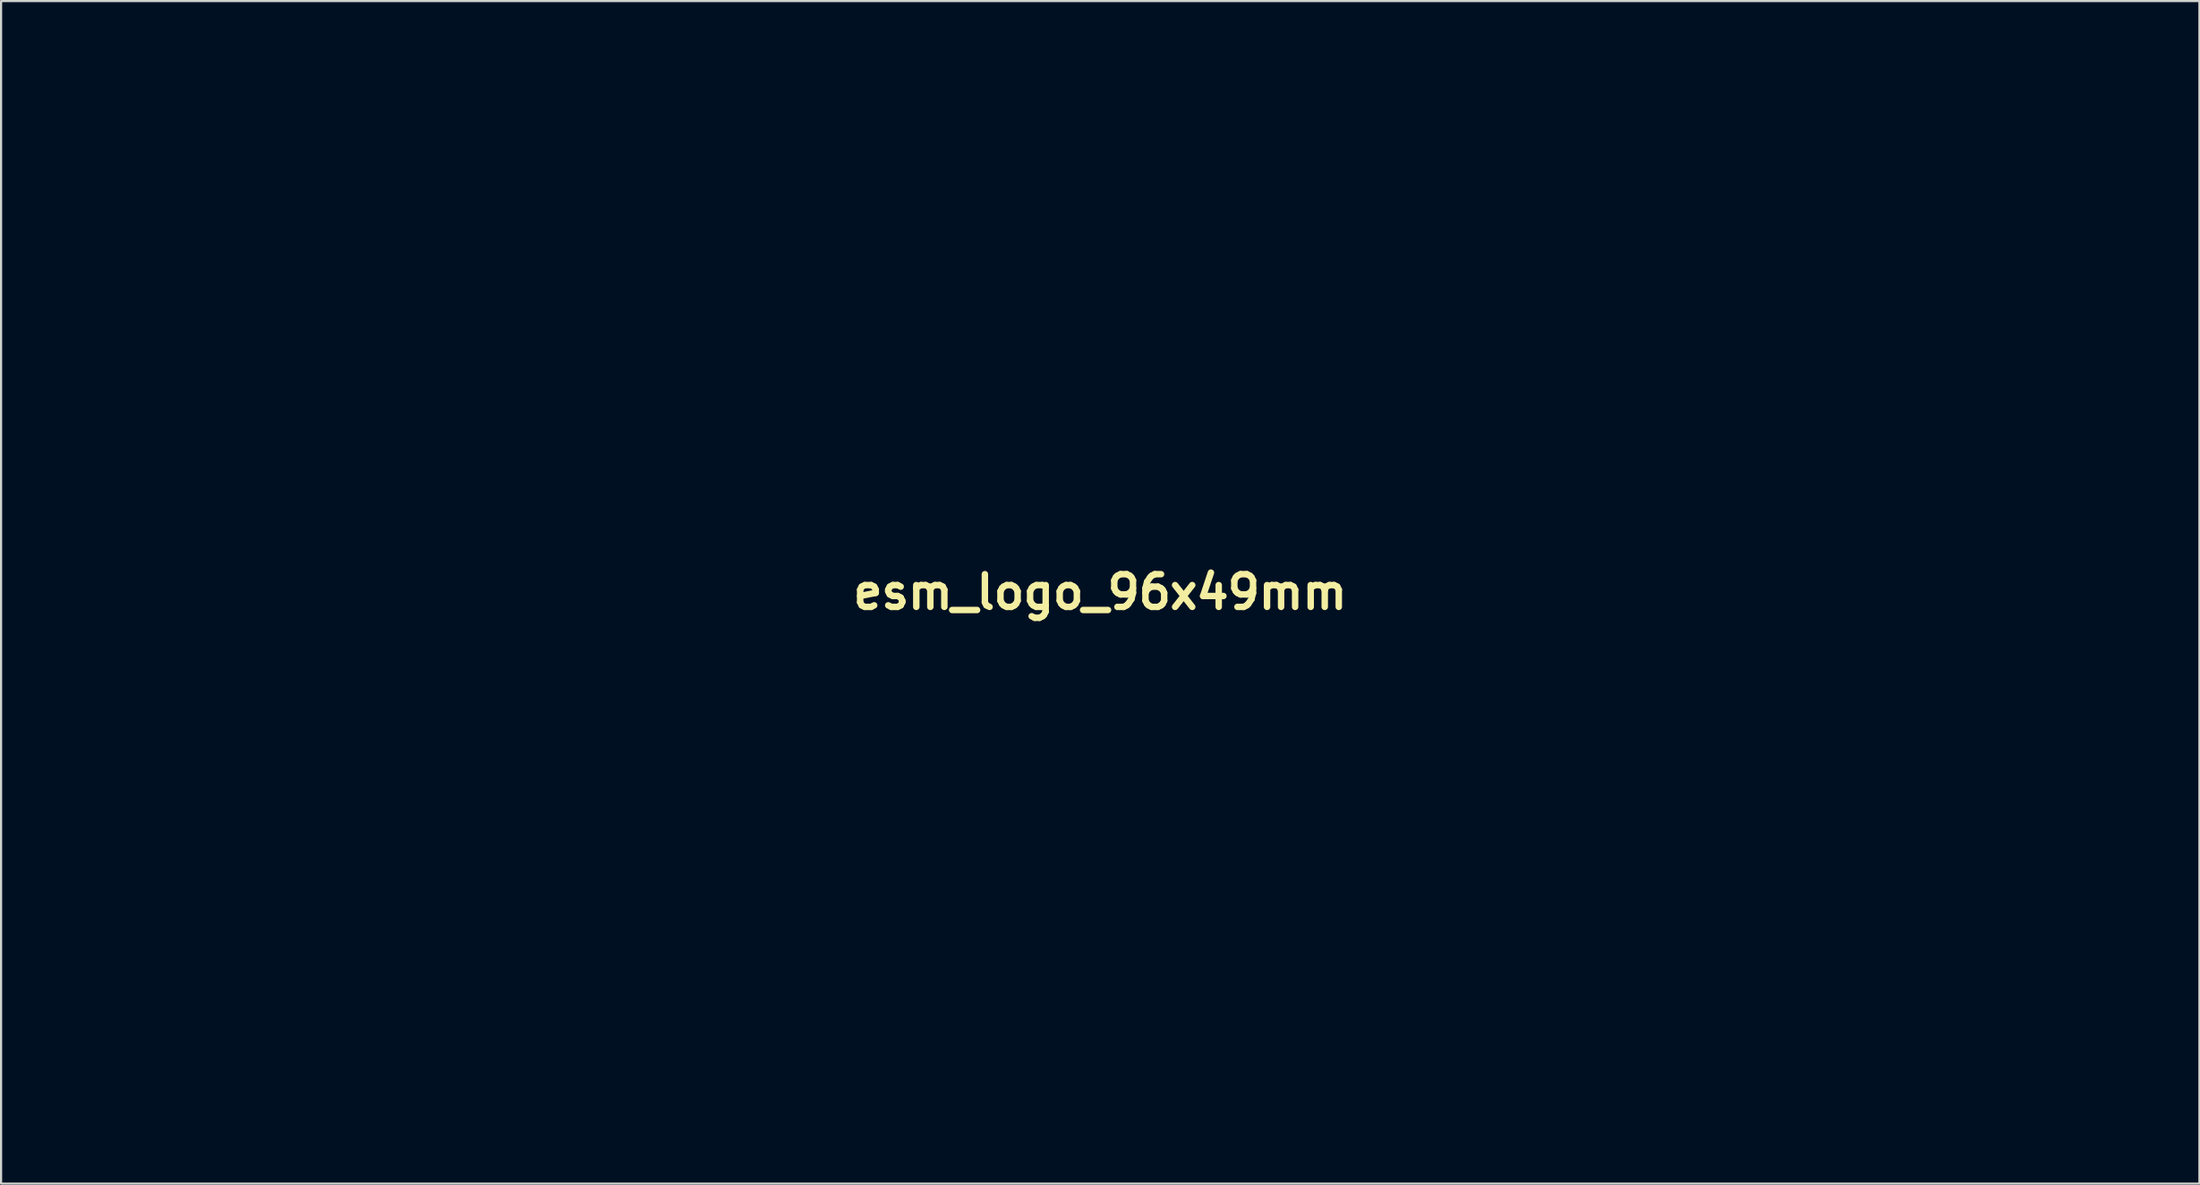
<source format=kicad_pcb>
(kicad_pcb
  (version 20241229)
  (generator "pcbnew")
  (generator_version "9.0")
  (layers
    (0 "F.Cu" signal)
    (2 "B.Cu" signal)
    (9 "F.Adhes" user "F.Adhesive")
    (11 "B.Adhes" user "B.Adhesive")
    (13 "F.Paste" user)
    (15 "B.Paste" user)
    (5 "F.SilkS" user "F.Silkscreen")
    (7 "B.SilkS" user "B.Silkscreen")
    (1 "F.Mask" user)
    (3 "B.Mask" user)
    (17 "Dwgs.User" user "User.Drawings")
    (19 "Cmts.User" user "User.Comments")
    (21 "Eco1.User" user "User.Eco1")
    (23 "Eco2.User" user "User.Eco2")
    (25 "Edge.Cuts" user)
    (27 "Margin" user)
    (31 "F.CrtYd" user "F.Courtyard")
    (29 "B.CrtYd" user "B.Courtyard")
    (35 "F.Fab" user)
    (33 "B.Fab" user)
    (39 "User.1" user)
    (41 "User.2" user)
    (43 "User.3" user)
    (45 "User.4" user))
  (footprint "esm_logo_96x49mm"
    (layer "F.Cu")
    (at 48.168 24.534)
    (property "Reference" "esm_logo_96x49mm" (at 0 0 0) (layer "F.SilkS") (effects (font (size 1.524 1.524) (thickness 0.3))))
    (attr through_hole)
    (fp_poly (pts (xy -48.139 24.517) (xy -48.116 24.539) (xy -48.115 24.543) (xy -48.134 24.553) (xy -48.139 24.553) (xy -48.162 24.535) (xy -48.163 24.528) (xy -48.148 24.513) (xy -48.139 24.517)) (stroke (width 0.01) (type solid)) (fill no) (layer "Eco2.User"))
    (fp_poly (pts (xy -48.123 -24.514) (xy -48.127 -24.505) (xy -48.149 -24.482) (xy -48.153 -24.481) (xy -48.163 -24.499) (xy -48.163 -24.505) (xy -48.145 -24.528) (xy -48.138 -24.529) (xy -48.123 -24.514)) (stroke (width 0.01) (type solid)) (fill no) (layer "Eco2.User"))
    (fp_poly (pts (xy 48.162 -24.512) (xy 48.163 -24.505) (xy 48.155 -24.481) (xy 48.153 -24.481) (xy 48.132 -24.498) (xy 48.127 -24.505) (xy 48.129 -24.527) (xy 48.138 -24.529) (xy 48.162 -24.512)) (stroke (width 0.01) (type solid)) (fill no) (layer "Eco2.User"))
    (fp_poly (pts (xy 48.163 24.524) (xy 48.163 24.529) (xy 48.145 24.552) (xy 48.138 24.553) (xy 48.123 24.539) (xy 48.127 24.529) (xy 48.149 24.506) (xy 48.153 24.505) (xy 48.163 24.524)) (stroke (width 0.01) (type solid)) (fill no) (layer "Eco2.User"))
    (fp_poly (pts (xy 20.602 6.549) (xy 20.699 6.569) (xy 20.765 6.606) (xy 20.808 6.666) (xy 20.827 6.719) (xy 20.831 6.759) (xy 20.835 6.843) (xy 20.839 6.968) (xy 20.842 7.127) (xy 20.845 7.318) (xy 20.847 7.535) (xy 20.849 7.774) (xy 20.851 8.032) (xy 20.852 8.303) (xy 20.853 8.584) (xy 20.853 8.869) (xy 20.853 9.156) (xy 20.852 9.438) (xy 20.851 9.713) (xy 20.85 9.975) (xy 20.848 10.221) (xy 20.846 10.446) (xy 20.843 10.645) (xy 20.84 10.815) (xy 20.836 10.95) (xy 20.832 11.048) (xy 20.828 11.102) (xy 20.827 11.11) (xy 20.793 11.182) (xy 20.746 11.237) (xy 20.741 11.24) (xy 20.678 11.264) (xy 20.585 11.281) (xy 20.475 11.289) (xy 20.367 11.288) (xy 20.276 11.277) (xy 20.254 11.271) (xy 20.185 11.235) (xy 20.133 11.182) (xy 20.125 11.169) (xy 20.119 11.15) (xy 20.113 11.122) (xy 20.108 11.083) (xy 20.104 11.03) (xy 20.1 10.959) (xy 20.097 10.867) (xy 20.095 10.751) (xy 20.092 10.609) (xy 20.09 10.438) (xy 20.089 10.233) (xy 20.087 9.993) (xy 20.086 9.714) (xy 20.085 9.393) (xy 20.084 9.027) (xy 20.084 8.968) (xy 20.083 8.535) (xy 20.082 8.149) (xy 20.083 7.81) (xy 20.084 7.519) (xy 20.085 7.273) (xy 20.088 7.073) (xy 20.091 6.918) (xy 20.095 6.808) (xy 20.1 6.741) (xy 20.103 6.723) (xy 20.133 6.646) (xy 20.181 6.593) (xy 20.255 6.562) (xy 20.362 6.546) (xy 20.465 6.544) (xy 20.602 6.549)) (stroke (width 0.01) (type solid)) (fill no) (layer "Eco2.User"))
    (fp_poly (pts (xy 37.535 -10.965) (xy 37.633 -10.945) (xy 37.699 -10.907) (xy 37.741 -10.848) (xy 37.76 -10.795) (xy 37.764 -10.755) (xy 37.769 -10.67) (xy 37.772 -10.546) (xy 37.775 -10.387) (xy 37.778 -10.196) (xy 37.781 -9.979) (xy 37.783 -9.74) (xy 37.784 -9.482) (xy 37.785 -9.211) (xy 37.786 -8.93) (xy 37.786 -8.645) (xy 37.786 -8.358) (xy 37.785 -8.076) (xy 37.784 -7.801) (xy 37.783 -7.539) (xy 37.781 -7.293) (xy 37.779 -7.068) (xy 37.776 -6.869) (xy 37.773 -6.699) (xy 37.77 -6.564) (xy 37.766 -6.466) (xy 37.761 -6.412) (xy 37.76 -6.404) (xy 37.727 -6.331) (xy 37.679 -6.277) (xy 37.674 -6.273) (xy 37.612 -6.25) (xy 37.518 -6.233) (xy 37.409 -6.225) (xy 37.3 -6.226) (xy 37.209 -6.237) (xy 37.187 -6.243) (xy 37.118 -6.279) (xy 37.066 -6.331) (xy 37.059 -6.345) (xy 37.052 -6.364) (xy 37.046 -6.392) (xy 37.042 -6.431) (xy 37.037 -6.484) (xy 37.034 -6.555) (xy 37.03 -6.647) (xy 37.028 -6.762) (xy 37.026 -6.904) (xy 37.024 -7.076) (xy 37.022 -7.281) (xy 37.021 -7.521) (xy 37.02 -7.8) (xy 37.018 -8.121) (xy 37.017 -8.487) (xy 37.017 -8.546) (xy 37.016 -8.979) (xy 37.016 -9.365) (xy 37.016 -9.704) (xy 37.017 -9.995) (xy 37.019 -10.241) (xy 37.021 -10.441) (xy 37.024 -10.596) (xy 37.028 -10.706) (xy 37.033 -10.772) (xy 37.036 -10.791) (xy 37.067 -10.868) (xy 37.115 -10.92) (xy 37.188 -10.952) (xy 37.295 -10.968) (xy 37.398 -10.97) (xy 37.535 -10.965)) (stroke (width 0.01) (type solid)) (fill no) (layer "Eco2.User"))
    (fp_poly (pts (xy 0.413 -11.586) (xy 0.479 -11.579) (xy 0.525 -11.563) (xy 0.566 -11.534) (xy 0.586 -11.517) (xy 0.665 -11.446) (xy 0.68 -9.745) (xy 0.683 -9.405) (xy 0.685 -9.109) (xy 0.689 -8.855) (xy 0.692 -8.639) (xy 0.696 -8.457) (xy 0.7 -8.306) (xy 0.705 -8.181) (xy 0.711 -8.081) (xy 0.719 -8.001) (xy 0.728 -7.937) (xy 0.738 -7.886) (xy 0.75 -7.845) (xy 0.764 -7.81) (xy 0.778 -7.78) (xy 0.839 -7.691) (xy 0.918 -7.618) (xy 0.968 -7.588) (xy 1.01 -7.58) (xy 1.099 -7.573) (xy 1.233 -7.566) (xy 1.41 -7.559) (xy 1.629 -7.554) (xy 1.886 -7.549) (xy 1.947 -7.548) (xy 2.192 -7.545) (xy 2.392 -7.541) (xy 2.554 -7.537) (xy 2.681 -7.532) (xy 2.779 -7.525) (xy 2.851 -7.515) (xy 2.904 -7.502) (xy 2.94 -7.486) (xy 2.966 -7.465) (xy 2.985 -7.439) (xy 3.003 -7.408) (xy 3.004 -7.406) (xy 3.016 -7.367) (xy 3.025 -7.298) (xy 3.031 -7.195) (xy 3.035 -7.053) (xy 3.036 -6.871) (xy 3.035 -6.691) (xy 3.032 -6.553) (xy 3.024 -6.45) (xy 3.011 -6.375) (xy 2.991 -6.322) (xy 2.962 -6.283) (xy 2.924 -6.252) (xy 2.897 -6.236) (xy 2.856 -6.227) (xy 2.774 -6.218) (xy 2.656 -6.212) (xy 2.511 -6.206) (xy 2.344 -6.202) (xy 2.162 -6.2) (xy 1.972 -6.198) (xy 1.781 -6.199) (xy 1.595 -6.2) (xy 1.421 -6.204) (xy 1.266 -6.209) (xy 1.136 -6.215) (xy 1.038 -6.223) (xy 1.004 -6.228) (xy 0.821 -6.264) (xy 0.674 -6.311) (xy 0.55 -6.374) (xy 0.436 -6.459) (xy 0.361 -6.529) (xy 0.265 -6.634) (xy 0.197 -6.728) (xy 0.147 -6.83) (xy 0.139 -6.847) (xy 0.107 -6.934) (xy 0.078 -7.024) (xy 0.053 -7.119) (xy 0.032 -7.224) (xy 0.013 -7.341) (xy -0.002 -7.475) (xy -0.015 -7.628) (xy -0.025 -7.804) (xy -0.033 -8.006) (xy -0.039 -8.237) (xy -0.043 -8.502) (xy -0.045 -8.802) (xy -0.045 -9.143) (xy -0.045 -9.526) (xy -0.044 -9.781) (xy -0.036 -11.446) (xy 0.043 -11.517) (xy 0.086 -11.552) (xy 0.128 -11.573) (xy 0.183 -11.584) (xy 0.266 -11.587) (xy 0.314 -11.587) (xy 0.413 -11.586)) (stroke (width 0.01) (type solid)) (fill no) (layer "Eco2.User"))
    (fp_poly (pts (xy 16.759 -10.994) (xy 17.035 -10.994) (xy 17.271 -10.993) (xy 17.469 -10.992) (xy 17.635 -10.991) (xy 17.771 -10.988) (xy 17.881 -10.985) (xy 17.969 -10.982) (xy 18.039 -10.977) (xy 18.095 -10.972) (xy 18.141 -10.965) (xy 18.179 -10.957) (xy 18.198 -10.952) (xy 18.411 -10.88) (xy 18.583 -10.783) (xy 18.717 -10.659) (xy 18.816 -10.504) (xy 18.88 -10.318) (xy 18.893 -10.256) (xy 18.909 -10.106) (xy 18.903 -9.969) (xy 18.877 -9.856) (xy 18.836 -9.783) (xy 18.778 -9.737) (xy 18.701 -9.703) (xy 18.687 -9.7) (xy 18.64 -9.694) (xy 18.552 -9.689) (xy 18.427 -9.685) (xy 18.274 -9.682) (xy 18.097 -9.679) (xy 17.904 -9.677) (xy 17.754 -9.677) (xy 17.529 -9.676) (xy 17.349 -9.676) (xy 17.206 -9.674) (xy 17.097 -9.672) (xy 17.017 -9.669) (xy 16.96 -9.664) (xy 16.922 -9.657) (xy 16.898 -9.648) (xy 16.882 -9.638) (xy 16.877 -9.632) (xy 16.868 -9.62) (xy 16.862 -9.6) (xy 16.856 -9.569) (xy 16.851 -9.523) (xy 16.847 -9.459) (xy 16.844 -9.373) (xy 16.841 -9.262) (xy 16.839 -9.122) (xy 16.838 -8.95) (xy 16.837 -8.742) (xy 16.837 -8.494) (xy 16.836 -8.203) (xy 16.836 -8.041) (xy 16.836 -7.688) (xy 16.835 -7.374) (xy 16.833 -7.102) (xy 16.83 -6.873) (xy 16.826 -6.688) (xy 16.822 -6.547) (xy 16.817 -6.452) (xy 16.811 -6.405) (xy 16.811 -6.404) (xy 16.778 -6.331) (xy 16.73 -6.277) (xy 16.725 -6.273) (xy 16.663 -6.25) (xy 16.569 -6.233) (xy 16.46 -6.225) (xy 16.351 -6.226) (xy 16.261 -6.237) (xy 16.238 -6.243) (xy 16.207 -6.252) (xy 16.179 -6.261) (xy 16.156 -6.274) (xy 16.137 -6.293) (xy 16.121 -6.323) (xy 16.107 -6.366) (xy 16.097 -6.427) (xy 16.089 -6.508) (xy 16.082 -6.613) (xy 16.078 -6.745) (xy 16.075 -6.908) (xy 16.072 -7.105) (xy 16.071 -7.34) (xy 16.069 -7.616) (xy 16.068 -7.936) (xy 16.068 -7.993) (xy 16.066 -8.313) (xy 16.065 -8.588) (xy 16.063 -8.822) (xy 16.061 -9.018) (xy 16.059 -9.179) (xy 16.056 -9.309) (xy 16.053 -9.412) (xy 16.049 -9.49) (xy 16.045 -9.547) (xy 16.039 -9.587) (xy 16.033 -9.613) (xy 16.026 -9.628) (xy 16.023 -9.631) (xy 16.01 -9.642) (xy 15.988 -9.651) (xy 15.954 -9.659) (xy 15.903 -9.664) (xy 15.829 -9.669) (xy 15.729 -9.673) (xy 15.596 -9.675) (xy 15.428 -9.678) (xy 15.218 -9.68) (xy 15.086 -9.681) (xy 14.835 -9.683) (xy 14.629 -9.686) (xy 14.464 -9.69) (xy 14.336 -9.695) (xy 14.243 -9.701) (xy 14.179 -9.708) (xy 14.141 -9.716) (xy 14.133 -9.719) (xy 14.069 -9.769) (xy 14.027 -9.834) (xy 14.003 -9.927) (xy 13.996 -10.054) (xy 13.996 -10.086) (xy 14.014 -10.304) (xy 14.066 -10.489) (xy 14.155 -10.642) (xy 14.281 -10.767) (xy 14.447 -10.866) (xy 14.649 -10.94) (xy 14.688 -10.951) (xy 14.726 -10.96) (xy 14.765 -10.968) (xy 14.811 -10.974) (xy 14.867 -10.98) (xy 14.937 -10.984) (xy 15.025 -10.987) (xy 15.135 -10.99) (xy 15.27 -10.992) (xy 15.434 -10.993) (xy 15.632 -10.994) (xy 15.867 -10.994) (xy 16.142 -10.994) (xy 16.437 -10.994) (xy 16.759 -10.994)) (stroke (width 0.01) (type solid)) (fill no) (layer "Eco2.User"))
    (fp_poly (pts (xy 27.881 -11.088) (xy 28.224 -11.067) (xy 28.551 -11.028) (xy 28.85 -10.97) (xy 29.033 -10.92) (xy 29.245 -10.843) (xy 29.422 -10.753) (xy 29.579 -10.642) (xy 29.687 -10.545) (xy 29.793 -10.429) (xy 29.883 -10.305) (xy 29.958 -10.167) (xy 30.019 -10.011) (xy 30.067 -9.832) (xy 30.103 -9.626) (xy 30.129 -9.388) (xy 30.145 -9.114) (xy 30.152 -8.799) (xy 30.153 -8.612) (xy 30.151 -8.324) (xy 30.144 -8.077) (xy 30.132 -7.866) (xy 30.115 -7.683) (xy 30.091 -7.522) (xy 30.061 -7.376) (xy 30.042 -7.301) (xy 29.955 -7.063) (xy 29.836 -6.855) (xy 29.681 -6.676) (xy 29.49 -6.524) (xy 29.262 -6.399) (xy 28.994 -6.3) (xy 28.686 -6.225) (xy 28.567 -6.204) (xy 28.473 -6.193) (xy 28.343 -6.182) (xy 28.185 -6.173) (xy 28.009 -6.165) (xy 27.824 -6.158) (xy 27.64 -6.153) (xy 27.466 -6.151) (xy 27.312 -6.151) (xy 27.186 -6.153) (xy 27.098 -6.159) (xy 27.093 -6.159) (xy 26.784 -6.202) (xy 26.517 -6.251) (xy 26.288 -6.307) (xy 26.091 -6.374) (xy 25.921 -6.453) (xy 25.774 -6.545) (xy 25.642 -6.653) (xy 25.606 -6.689) (xy 25.501 -6.805) (xy 25.412 -6.93) (xy 25.338 -7.069) (xy 25.278 -7.226) (xy 25.231 -7.405) (xy 25.195 -7.612) (xy 25.17 -7.852) (xy 25.155 -8.127) (xy 25.147 -8.444) (xy 25.146 -8.612) (xy 25.147 -8.655) (xy 25.823 -8.655) (xy 25.824 -8.493) (xy 25.828 -8.339) (xy 25.836 -8.205) (xy 25.848 -8.101) (xy 25.856 -8.062) (xy 25.912 -7.908) (xy 25.996 -7.782) (xy 26.11 -7.683) (xy 26.259 -7.609) (xy 26.446 -7.557) (xy 26.667 -7.525) (xy 26.768 -7.518) (xy 26.908 -7.512) (xy 27.08 -7.508) (xy 27.275 -7.505) (xy 27.484 -7.503) (xy 27.699 -7.503) (xy 27.912 -7.504) (xy 28.113 -7.506) (xy 28.296 -7.51) (xy 28.45 -7.515) (xy 28.568 -7.521) (xy 28.602 -7.524) (xy 28.827 -7.555) (xy 29.013 -7.605) (xy 29.164 -7.677) (xy 29.282 -7.774) (xy 29.37 -7.901) (xy 29.432 -8.06) (xy 29.469 -8.256) (xy 29.486 -8.493) (xy 29.488 -8.607) (xy 29.481 -8.856) (xy 29.458 -9.064) (xy 29.415 -9.234) (xy 29.352 -9.371) (xy 29.265 -9.481) (xy 29.151 -9.566) (xy 29.008 -9.633) (xy 28.897 -9.669) (xy 28.814 -9.685) (xy 28.689 -9.698) (xy 28.529 -9.709) (xy 28.342 -9.717) (xy 28.133 -9.723) (xy 27.909 -9.726) (xy 27.678 -9.728) (xy 27.445 -9.726) (xy 27.218 -9.723) (xy 27.003 -9.717) (xy 26.807 -9.709) (xy 26.637 -9.698) (xy 26.499 -9.685) (xy 26.401 -9.67) (xy 26.38 -9.665) (xy 26.198 -9.598) (xy 26.057 -9.506) (xy 25.951 -9.386) (xy 25.877 -9.233) (xy 25.856 -9.161) (xy 25.842 -9.078) (xy 25.832 -8.959) (xy 25.826 -8.814) (xy 25.823 -8.655) (xy 25.147 -8.655) (xy 25.15 -8.951) (xy 25.161 -9.246) (xy 25.181 -9.503) (xy 25.212 -9.726) (xy 25.253 -9.919) (xy 25.307 -10.086) (xy 25.374 -10.233) (xy 25.456 -10.364) (xy 25.554 -10.484) (xy 25.612 -10.545) (xy 25.763 -10.675) (xy 25.924 -10.78) (xy 26.11 -10.865) (xy 26.267 -10.92) (xy 26.541 -10.99) (xy 26.85 -11.042) (xy 27.183 -11.076) (xy 27.53 -11.091) (xy 27.881 -11.088)) (stroke (width 0.01) (type solid)) (fill no) (layer "Eco2.User"))
    (fp_poly (pts (xy 2.975 -2.319) (xy 3.293 -2.289) (xy 3.588 -2.242) (xy 3.849 -2.179) (xy 3.907 -2.161) (xy 4.118 -2.083) (xy 4.294 -1.992) (xy 4.448 -1.882) (xy 4.553 -1.788) (xy 4.659 -1.673) (xy 4.749 -1.549) (xy 4.824 -1.411) (xy 4.885 -1.255) (xy 4.933 -1.077) (xy 4.969 -0.871) (xy 4.995 -0.634) (xy 5.011 -0.36) (xy 5.018 -0.046) (xy 5.019 0.145) (xy 5.017 0.432) (xy 5.011 0.677) (xy 4.999 0.887) (xy 4.982 1.069) (xy 4.959 1.23) (xy 4.928 1.376) (xy 4.908 1.456) (xy 4.821 1.694) (xy 4.702 1.902) (xy 4.547 2.081) (xy 4.356 2.233) (xy 4.128 2.358) (xy 3.86 2.457) (xy 3.552 2.532) (xy 3.433 2.553) (xy 3.339 2.564) (xy 3.209 2.575) (xy 3.051 2.584) (xy 2.875 2.592) (xy 2.69 2.599) (xy 2.506 2.604) (xy 2.332 2.606) (xy 2.178 2.606) (xy 2.052 2.604) (xy 1.964 2.598) (xy 1.959 2.598) (xy 1.65 2.555) (xy 1.383 2.506) (xy 1.154 2.45) (xy 0.957 2.383) (xy 0.787 2.304) (xy 0.64 2.212) (xy 0.508 2.104) (xy 0.472 2.068) (xy 0.367 1.952) (xy 0.277 1.826) (xy 0.203 1.686) (xy 0.143 1.528) (xy 0.096 1.347) (xy 0.06 1.138) (xy 0.035 0.898) (xy 0.02 0.62) (xy 0.013 0.302) (xy 0.012 0.145) (xy 0.013 0.102) (xy 0.689 0.102) (xy 0.69 0.264) (xy 0.694 0.418) (xy 0.702 0.552) (xy 0.714 0.656) (xy 0.722 0.695) (xy 0.778 0.849) (xy 0.862 0.975) (xy 0.976 1.074) (xy 1.125 1.148) (xy 1.312 1.2) (xy 1.534 1.232) (xy 1.634 1.239) (xy 1.774 1.245) (xy 1.946 1.249) (xy 2.141 1.252) (xy 2.35 1.254) (xy 2.565 1.254) (xy 2.778 1.253) (xy 2.98 1.251) (xy 3.162 1.247) (xy 3.316 1.242) (xy 3.434 1.236) (xy 3.468 1.233) (xy 3.693 1.202) (xy 3.879 1.152) (xy 4.03 1.08) (xy 4.148 0.983) (xy 4.236 0.856) (xy 4.298 0.697) (xy 4.336 0.5) (xy 4.352 0.264) (xy 4.354 0.15) (xy 4.347 -0.099) (xy 4.324 -0.307) (xy 4.282 -0.477) (xy 4.218 -0.614) (xy 4.131 -0.724) (xy 4.017 -0.809) (xy 3.874 -0.876) (xy 3.763 -0.912) (xy 3.68 -0.928) (xy 3.555 -0.941) (xy 3.396 -0.952) (xy 3.208 -0.96) (xy 2.999 -0.966) (xy 2.775 -0.97) (xy 2.544 -0.971) (xy 2.311 -0.969) (xy 2.084 -0.966) (xy 1.869 -0.96) (xy 1.673 -0.952) (xy 1.503 -0.941) (xy 1.365 -0.928) (xy 1.267 -0.913) (xy 1.246 -0.908) (xy 1.065 -0.841) (xy 0.923 -0.749) (xy 0.817 -0.629) (xy 0.743 -0.476) (xy 0.722 -0.404) (xy 0.708 -0.321) (xy 0.698 -0.202) (xy 0.692 -0.057) (xy 0.689 0.102) (xy 0.013 0.102) (xy 0.016 -0.194) (xy 0.027 -0.489) (xy 0.047 -0.746) (xy 0.078 -0.968) (xy 0.119 -1.161) (xy 0.173 -1.328) (xy 0.24 -1.475) (xy 0.321 -1.606) (xy 0.418 -1.726) (xy 0.478 -1.788) (xy 0.626 -1.916) (xy 0.786 -2.02) (xy 0.971 -2.106) (xy 1.125 -2.161) (xy 1.377 -2.228) (xy 1.664 -2.279) (xy 1.978 -2.313) (xy 2.307 -2.331) (xy 2.643 -2.333) (xy 2.975 -2.319)) (stroke (width 0.01) (type solid)) (fill no) (layer "Eco2.User"))
    (fp_poly (pts (xy 6.253 -2.206) (xy 6.347 -2.181) (xy 6.409 -2.136) (xy 6.449 -2.065) (xy 6.458 -2.038) (xy 6.464 -1.99) (xy 6.469 -1.896) (xy 6.474 -1.758) (xy 6.478 -1.578) (xy 6.48 -1.358) (xy 6.482 -1.101) (xy 6.483 -0.809) (xy 6.483 -0.758) (xy 6.484 -0.473) (xy 6.485 -0.211) (xy 6.488 0.022) (xy 6.492 0.225) (xy 6.496 0.392) (xy 6.501 0.52) (xy 6.507 0.604) (xy 6.509 0.621) (xy 6.551 0.807) (xy 6.618 0.957) (xy 6.709 1.069) (xy 6.746 1.099) (xy 6.803 1.135) (xy 6.863 1.164) (xy 6.931 1.188) (xy 7.013 1.206) (xy 7.114 1.221) (xy 7.241 1.232) (xy 7.398 1.24) (xy 7.591 1.246) (xy 7.825 1.25) (xy 7.886 1.251) (xy 8.193 1.255) (xy 8.456 1.254) (xy 8.679 1.249) (xy 8.867 1.238) (xy 9.023 1.222) (xy 9.151 1.199) (xy 9.257 1.17) (xy 9.344 1.132) (xy 9.416 1.086) (xy 9.477 1.032) (xy 9.493 1.015) (xy 9.527 0.976) (xy 9.556 0.94) (xy 9.58 0.901) (xy 9.601 0.856) (xy 9.618 0.8) (xy 9.631 0.73) (xy 9.642 0.642) (xy 9.651 0.532) (xy 9.657 0.396) (xy 9.662 0.229) (xy 9.666 0.029) (xy 9.67 -0.21) (xy 9.673 -0.49) (xy 9.675 -0.689) (xy 9.678 -0.999) (xy 9.682 -1.263) (xy 9.685 -1.485) (xy 9.689 -1.667) (xy 9.694 -1.813) (xy 9.698 -1.926) (xy 9.704 -2.008) (xy 9.71 -2.063) (xy 9.717 -2.093) (xy 9.719 -2.098) (xy 9.764 -2.153) (xy 9.83 -2.189) (xy 9.925 -2.207) (xy 10.041 -2.212) (xy 10.173 -2.205) (xy 10.266 -2.181) (xy 10.329 -2.135) (xy 10.368 -2.064) (xy 10.376 -2.038) (xy 10.382 -1.994) (xy 10.387 -1.906) (xy 10.391 -1.781) (xy 10.394 -1.624) (xy 10.397 -1.439) (xy 10.399 -1.233) (xy 10.401 -1.011) (xy 10.402 -0.779) (xy 10.402 -0.54) (xy 10.401 -0.302) (xy 10.399 -0.069) (xy 10.397 0.153) (xy 10.395 0.359) (xy 10.391 0.544) (xy 10.387 0.702) (xy 10.382 0.828) (xy 10.378 0.895) (xy 10.357 1.125) (xy 10.33 1.318) (xy 10.294 1.483) (xy 10.247 1.631) (xy 10.186 1.774) (xy 10.183 1.78) (xy 10.07 1.97) (xy 9.923 2.135) (xy 9.74 2.274) (xy 9.522 2.388) (xy 9.266 2.478) (xy 8.972 2.545) (xy 8.638 2.588) (xy 8.262 2.608) (xy 8.031 2.609) (xy 7.892 2.607) (xy 7.764 2.605) (xy 7.658 2.602) (xy 7.585 2.599) (xy 7.56 2.597) (xy 7.276 2.558) (xy 7.034 2.514) (xy 6.828 2.462) (xy 6.651 2.399) (xy 6.497 2.324) (xy 6.359 2.234) (xy 6.232 2.128) (xy 6.228 2.124) (xy 6.106 1.992) (xy 6.006 1.844) (xy 5.926 1.674) (xy 5.865 1.476) (xy 5.819 1.244) (xy 5.788 0.972) (xy 5.781 0.895) (xy 5.776 0.796) (xy 5.771 0.66) (xy 5.767 0.494) (xy 5.764 0.303) (xy 5.761 0.091) (xy 5.759 -0.134) (xy 5.758 -0.369) (xy 5.758 -0.608) (xy 5.758 -0.845) (xy 5.759 -1.076) (xy 5.76 -1.294) (xy 5.763 -1.494) (xy 5.766 -1.671) (xy 5.769 -1.82) (xy 5.774 -1.935) (xy 5.779 -2.011) (xy 5.783 -2.038) (xy 5.817 -2.117) (xy 5.872 -2.17) (xy 5.955 -2.2) (xy 6.075 -2.212) (xy 6.12 -2.213) (xy 6.253 -2.206)) (stroke (width 0.01) (type solid)) (fill no) (layer "Eco2.User"))
    (fp_poly (pts (xy 12.254 -11.024) (xy 12.432 -11.017) (xy 12.584 -11.006) (xy 12.714 -10.99) (xy 12.83 -10.97) (xy 12.936 -10.944) (xy 13.004 -10.924) (xy 13.194 -10.846) (xy 13.343 -10.745) (xy 13.455 -10.618) (xy 13.531 -10.46) (xy 13.572 -10.297) (xy 13.587 -10.159) (xy 13.586 -10.025) (xy 13.571 -9.907) (xy 13.542 -9.819) (xy 13.534 -9.805) (xy 13.519 -9.782) (xy 13.503 -9.763) (xy 13.484 -9.746) (xy 13.456 -9.732) (xy 13.418 -9.72) (xy 13.365 -9.711) (xy 13.294 -9.703) (xy 13.2 -9.696) (xy 13.082 -9.691) (xy 12.935 -9.687) (xy 12.756 -9.684) (xy 12.54 -9.681) (xy 12.286 -9.678) (xy 11.988 -9.675) (xy 11.805 -9.674) (xy 11.477 -9.671) (xy 11.195 -9.667) (xy 10.953 -9.664) (xy 10.75 -9.661) (xy 10.58 -9.657) (xy 10.442 -9.653) (xy 10.33 -9.649) (xy 10.243 -9.644) (xy 10.175 -9.638) (xy 10.124 -9.631) (xy 10.086 -9.624) (xy 10.081 -9.622) (xy 9.926 -9.569) (xy 9.8 -9.496) (xy 9.701 -9.4) (xy 9.627 -9.276) (xy 9.575 -9.122) (xy 9.545 -8.932) (xy 9.535 -8.703) (xy 9.538 -8.503) (xy 9.552 -8.286) (xy 9.578 -8.111) (xy 9.617 -7.971) (xy 9.674 -7.861) (xy 9.749 -7.774) (xy 9.845 -7.706) (xy 9.876 -7.689) (xy 9.923 -7.666) (xy 9.97 -7.647) (xy 10.02 -7.63) (xy 10.079 -7.615) (xy 10.148 -7.603) (xy 10.233 -7.592) (xy 10.336 -7.584) (xy 10.462 -7.577) (xy 10.614 -7.571) (xy 10.797 -7.566) (xy 11.013 -7.562) (xy 11.267 -7.558) (xy 11.562 -7.555) (xy 11.853 -7.552) (xy 12.174 -7.548) (xy 12.449 -7.545) (xy 12.683 -7.542) (xy 12.879 -7.539) (xy 13.041 -7.535) (xy 13.172 -7.53) (xy 13.277 -7.524) (xy 13.357 -7.517) (xy 13.418 -7.508) (xy 13.461 -7.496) (xy 13.492 -7.482) (xy 13.514 -7.466) (xy 13.529 -7.446) (xy 13.542 -7.424) (xy 13.551 -7.406) (xy 13.571 -7.339) (xy 13.581 -7.239) (xy 13.583 -7.118) (xy 13.576 -6.992) (xy 13.56 -6.874) (xy 13.537 -6.777) (xy 13.536 -6.774) (xy 13.466 -6.636) (xy 13.36 -6.51) (xy 13.229 -6.405) (xy 13.103 -6.341) (xy 13.006 -6.308) (xy 12.909 -6.28) (xy 12.806 -6.258) (xy 12.69 -6.241) (xy 12.555 -6.228) (xy 12.395 -6.218) (xy 12.203 -6.211) (xy 11.973 -6.207) (xy 11.805 -6.205) (xy 11.605 -6.203) (xy 11.409 -6.204) (xy 11.225 -6.205) (xy 11.063 -6.208) (xy 10.929 -6.211) (xy 10.833 -6.216) (xy 10.813 -6.218) (xy 10.487 -6.256) (xy 10.203 -6.306) (xy 9.956 -6.371) (xy 9.743 -6.451) (xy 9.559 -6.549) (xy 9.398 -6.666) (xy 9.312 -6.746) (xy 9.21 -6.859) (xy 9.124 -6.978) (xy 9.053 -7.108) (xy 8.996 -7.256) (xy 8.951 -7.426) (xy 8.916 -7.624) (xy 8.89 -7.855) (xy 8.872 -8.124) (xy 8.861 -8.394) (xy 8.857 -8.668) (xy 8.862 -8.942) (xy 8.875 -9.207) (xy 8.895 -9.451) (xy 8.922 -9.664) (xy 8.941 -9.773) (xy 9.015 -10.03) (xy 9.125 -10.257) (xy 9.272 -10.452) (xy 9.455 -10.615) (xy 9.674 -10.745) (xy 9.682 -10.749) (xy 9.816 -10.81) (xy 9.946 -10.86) (xy 10.077 -10.902) (xy 10.217 -10.936) (xy 10.37 -10.963) (xy 10.542 -10.984) (xy 10.74 -11) (xy 10.97 -11.012) (xy 11.237 -11.019) (xy 11.508 -11.024) (xy 11.798 -11.027) (xy 12.045 -11.027) (xy 12.254 -11.024)) (stroke (width 0.01) (type solid)) (fill no) (layer "Eco2.User"))
    (fp_poly (pts (xy 12.254 6.49) (xy 12.432 6.497) (xy 12.584 6.508) (xy 12.714 6.524) (xy 12.83 6.544) (xy 12.936 6.57) (xy 13.004 6.59) (xy 13.194 6.668) (xy 13.343 6.769) (xy 13.455 6.896) (xy 13.531 7.054) (xy 13.572 7.217) (xy 13.587 7.355) (xy 13.586 7.489) (xy 13.571 7.607) (xy 13.542 7.695) (xy 13.534 7.709) (xy 13.519 7.732) (xy 13.503 7.751) (xy 13.484 7.768) (xy 13.456 7.782) (xy 13.418 7.794) (xy 13.365 7.803) (xy 13.294 7.811) (xy 13.2 7.817) (xy 13.082 7.823) (xy 12.935 7.827) (xy 12.756 7.83) (xy 12.54 7.833) (xy 12.286 7.836) (xy 11.988 7.839) (xy 11.805 7.84) (xy 11.477 7.843) (xy 11.195 7.847) (xy 10.953 7.85) (xy 10.75 7.853) (xy 10.58 7.857) (xy 10.442 7.861) (xy 10.33 7.865) (xy 10.243 7.87) (xy 10.175 7.876) (xy 10.124 7.883) (xy 10.086 7.89) (xy 10.081 7.892) (xy 9.926 7.945) (xy 9.8 8.018) (xy 9.701 8.114) (xy 9.627 8.237) (xy 9.575 8.392) (xy 9.545 8.582) (xy 9.535 8.811) (xy 9.538 9.011) (xy 9.552 9.228) (xy 9.578 9.403) (xy 9.617 9.543) (xy 9.674 9.653) (xy 9.749 9.739) (xy 9.845 9.808) (xy 9.876 9.825) (xy 9.923 9.847) (xy 9.97 9.867) (xy 10.02 9.884) (xy 10.079 9.899) (xy 10.148 9.911) (xy 10.233 9.921) (xy 10.336 9.93) (xy 10.462 9.937) (xy 10.614 9.943) (xy 10.797 9.948) (xy 11.013 9.952) (xy 11.267 9.956) (xy 11.562 9.959) (xy 11.853 9.962) (xy 12.174 9.966) (xy 12.449 9.969) (xy 12.683 9.972) (xy 12.879 9.975) (xy 13.041 9.979) (xy 13.172 9.984) (xy 13.277 9.989) (xy 13.357 9.997) (xy 13.418 10.006) (xy 13.461 10.018) (xy 13.492 10.031) (xy 13.514 10.048) (xy 13.529 10.067) (xy 13.542 10.09) (xy 13.551 10.108) (xy 13.571 10.175) (xy 13.581 10.275) (xy 13.583 10.395) (xy 13.576 10.522) (xy 13.56 10.64) (xy 13.537 10.737) (xy 13.536 10.74) (xy 13.466 10.877) (xy 13.36 11.004) (xy 13.229 11.109) (xy 13.103 11.172) (xy 13.006 11.206) (xy 12.909 11.234) (xy 12.806 11.256) (xy 12.69 11.273) (xy 12.555 11.286) (xy 12.395 11.296) (xy 12.203 11.302) (xy 11.973 11.307) (xy 11.805 11.309) (xy 11.605 11.311) (xy 11.409 11.31) (xy 11.225 11.309) (xy 11.063 11.306) (xy 10.929 11.302) (xy 10.833 11.298) (xy 10.813 11.296) (xy 10.474 11.256) (xy 10.178 11.201) (xy 9.921 11.131) (xy 9.7 11.043) (xy 9.512 10.937) (xy 9.352 10.812) (xy 9.291 10.751) (xy 9.193 10.635) (xy 9.11 10.513) (xy 9.042 10.379) (xy 8.987 10.227) (xy 8.944 10.053) (xy 8.911 9.85) (xy 8.886 9.614) (xy 8.869 9.339) (xy 8.861 9.12) (xy 8.857 8.846) (xy 8.862 8.572) (xy 8.875 8.307) (xy 8.895 8.063) (xy 8.922 7.85) (xy 8.941 7.741) (xy 9.015 7.483) (xy 9.125 7.257) (xy 9.272 7.062) (xy 9.455 6.899) (xy 9.674 6.768) (xy 9.682 6.765) (xy 9.816 6.704) (xy 9.946 6.654) (xy 10.077 6.612) (xy 10.217 6.578) (xy 10.37 6.55) (xy 10.542 6.53) (xy 10.74 6.514) (xy 10.97 6.502) (xy 11.237 6.494) (xy 11.508 6.49) (xy 11.798 6.487) (xy 12.045 6.486) (xy 12.254 6.49)) (stroke (width 0.01) (type solid)) (fill no) (layer "Eco2.User"))
    (fp_poly (pts (xy 41.912 -11.024) (xy 42.089 -11.017) (xy 42.241 -11.006) (xy 42.372 -10.99) (xy 42.488 -10.97) (xy 42.594 -10.944) (xy 42.662 -10.924) (xy 42.852 -10.846) (xy 43.001 -10.745) (xy 43.112 -10.618) (xy 43.189 -10.46) (xy 43.23 -10.297) (xy 43.244 -10.159) (xy 43.244 -10.025) (xy 43.228 -9.907) (xy 43.2 -9.819) (xy 43.191 -9.805) (xy 43.176 -9.782) (xy 43.161 -9.763) (xy 43.141 -9.746) (xy 43.114 -9.732) (xy 43.075 -9.72) (xy 43.022 -9.711) (xy 42.951 -9.703) (xy 42.858 -9.696) (xy 42.74 -9.691) (xy 42.593 -9.687) (xy 42.413 -9.684) (xy 42.198 -9.681) (xy 41.943 -9.678) (xy 41.646 -9.675) (xy 41.462 -9.674) (xy 41.135 -9.671) (xy 40.852 -9.667) (xy 40.611 -9.664) (xy 40.407 -9.661) (xy 40.238 -9.657) (xy 40.099 -9.653) (xy 39.988 -9.649) (xy 39.9 -9.644) (xy 39.833 -9.638) (xy 39.781 -9.631) (xy 39.744 -9.624) (xy 39.738 -9.622) (xy 39.584 -9.569) (xy 39.458 -9.496) (xy 39.359 -9.4) (xy 39.284 -9.276) (xy 39.233 -9.122) (xy 39.203 -8.932) (xy 39.192 -8.703) (xy 39.196 -8.503) (xy 39.21 -8.286) (xy 39.235 -8.111) (xy 39.275 -7.971) (xy 39.331 -7.861) (xy 39.406 -7.774) (xy 39.503 -7.706) (xy 39.534 -7.689) (xy 39.58 -7.666) (xy 39.627 -7.647) (xy 39.678 -7.63) (xy 39.736 -7.615) (xy 39.806 -7.603) (xy 39.89 -7.592) (xy 39.993 -7.584) (xy 40.119 -7.577) (xy 40.272 -7.571) (xy 40.454 -7.566) (xy 40.67 -7.562) (xy 40.924 -7.558) (xy 41.22 -7.555) (xy 41.511 -7.552) (xy 41.831 -7.548) (xy 42.106 -7.545) (xy 42.34 -7.542) (xy 42.537 -7.539) (xy 42.699 -7.535) (xy 42.83 -7.53) (xy 42.934 -7.524) (xy 43.015 -7.517) (xy 43.075 -7.508) (xy 43.119 -7.496) (xy 43.15 -7.482) (xy 43.171 -7.466) (xy 43.186 -7.446) (xy 43.199 -7.424) (xy 43.209 -7.406) (xy 43.228 -7.339) (xy 43.239 -7.239) (xy 43.24 -7.118) (xy 43.233 -6.992) (xy 43.218 -6.874) (xy 43.195 -6.777) (xy 43.194 -6.774) (xy 43.124 -6.636) (xy 43.018 -6.51) (xy 42.886 -6.405) (xy 42.761 -6.341) (xy 42.664 -6.308) (xy 42.567 -6.28) (xy 42.464 -6.258) (xy 42.348 -6.241) (xy 42.213 -6.228) (xy 42.053 -6.218) (xy 41.861 -6.211) (xy 41.631 -6.207) (xy 41.462 -6.205) (xy 41.262 -6.203) (xy 41.066 -6.204) (xy 40.883 -6.205) (xy 40.72 -6.208) (xy 40.587 -6.211) (xy 40.491 -6.216) (xy 40.471 -6.218) (xy 40.144 -6.256) (xy 39.86 -6.306) (xy 39.614 -6.371) (xy 39.401 -6.451) (xy 39.216 -6.549) (xy 39.056 -6.666) (xy 38.969 -6.746) (xy 38.867 -6.859) (xy 38.782 -6.978) (xy 38.711 -7.108) (xy 38.654 -7.256) (xy 38.608 -7.426) (xy 38.573 -7.624) (xy 38.548 -7.855) (xy 38.529 -8.124) (xy 38.519 -8.394) (xy 38.515 -8.668) (xy 38.52 -8.942) (xy 38.533 -9.207) (xy 38.553 -9.451) (xy 38.58 -9.664) (xy 38.599 -9.773) (xy 38.672 -10.03) (xy 38.783 -10.257) (xy 38.929 -10.452) (xy 39.113 -10.615) (xy 39.332 -10.745) (xy 39.34 -10.749) (xy 39.473 -10.81) (xy 39.603 -10.86) (xy 39.735 -10.902) (xy 39.874 -10.936) (xy 40.027 -10.963) (xy 40.2 -10.984) (xy 40.398 -11) (xy 40.628 -11.012) (xy 40.894 -11.019) (xy 41.166 -11.024) (xy 41.456 -11.027) (xy 41.702 -11.027) (xy 41.912 -11.024)) (stroke (width 0.01) (type solid)) (fill no) (layer "Eco2.User"))
    (fp_poly (pts (xy 18.961 -2.264) (xy 19.187 -2.263) (xy 19.407 -2.261) (xy 19.614 -2.258) (xy 19.804 -2.254) (xy 19.97 -2.249) (xy 20.108 -2.243) (xy 20.212 -2.236) (xy 20.26 -2.231) (xy 20.597 -2.169) (xy 20.893 -2.085) (xy 21.145 -1.979) (xy 21.354 -1.851) (xy 21.477 -1.747) (xy 21.602 -1.599) (xy 21.711 -1.417) (xy 21.797 -1.216) (xy 21.853 -1.016) (xy 21.886 -0.809) (xy 21.911 -0.569) (xy 21.928 -0.303) (xy 21.936 -0.023) (xy 21.936 0.263) (xy 21.928 0.544) (xy 21.912 0.813) (xy 21.888 1.059) (xy 21.856 1.273) (xy 21.831 1.391) (xy 21.75 1.625) (xy 21.63 1.838) (xy 21.475 2.023) (xy 21.291 2.174) (xy 21.172 2.244) (xy 21.005 2.323) (xy 20.834 2.387) (xy 20.65 2.438) (xy 20.444 2.48) (xy 20.208 2.513) (xy 19.945 2.539) (xy 19.855 2.545) (xy 19.73 2.549) (xy 19.574 2.553) (xy 19.394 2.556) (xy 19.197 2.559) (xy 18.988 2.56) (xy 18.774 2.561) (xy 18.56 2.561) (xy 18.354 2.56) (xy 18.16 2.558) (xy 17.986 2.556) (xy 17.838 2.552) (xy 17.721 2.548) (xy 17.641 2.543) (xy 17.611 2.539) (xy 17.513 2.494) (xy 17.446 2.411) (xy 17.409 2.291) (xy 17.406 2.269) (xy 17.403 2.226) (xy 17.401 2.138) (xy 17.4 2.009) (xy 17.398 1.843) (xy 17.397 1.644) (xy 17.397 1.415) (xy 17.396 1.161) (xy 17.396 0.884) (xy 17.396 0.589) (xy 17.397 0.279) (xy 17.397 0.141) (xy 18.07 0.141) (xy 18.07 0.386) (xy 18.071 0.587) (xy 18.072 0.749) (xy 18.074 0.876) (xy 18.077 0.973) (xy 18.081 1.045) (xy 18.086 1.096) (xy 18.093 1.13) (xy 18.102 1.153) (xy 18.112 1.168) (xy 18.113 1.168) (xy 18.124 1.179) (xy 18.139 1.188) (xy 18.162 1.196) (xy 18.197 1.201) (xy 18.248 1.205) (xy 18.321 1.208) (xy 18.418 1.209) (xy 18.544 1.209) (xy 18.704 1.209) (xy 18.901 1.207) (xy 19.14 1.204) (xy 19.292 1.202) (xy 19.537 1.199) (xy 19.77 1.194) (xy 19.984 1.189) (xy 20.174 1.184) (xy 20.336 1.178) (xy 20.463 1.172) (xy 20.551 1.166) (xy 20.586 1.162) (xy 20.696 1.136) (xy 20.817 1.095) (xy 20.896 1.062) (xy 21.005 0.997) (xy 21.091 0.918) (xy 21.156 0.819) (xy 21.203 0.692) (xy 21.234 0.533) (xy 21.252 0.334) (xy 21.256 0.254) (xy 21.259 -0.006) (xy 21.242 -0.225) (xy 21.203 -0.406) (xy 21.141 -0.553) (xy 21.053 -0.67) (xy 20.938 -0.76) (xy 20.794 -0.827) (xy 20.677 -0.861) (xy 20.631 -0.871) (xy 20.578 -0.88) (xy 20.515 -0.887) (xy 20.437 -0.893) (xy 20.338 -0.898) (xy 20.215 -0.902) (xy 20.063 -0.905) (xy 19.878 -0.908) (xy 19.654 -0.911) (xy 19.387 -0.913) (xy 19.332 -0.914) (xy 19.063 -0.916) (xy 18.839 -0.918) (xy 18.654 -0.918) (xy 18.505 -0.918) (xy 18.388 -0.917) (xy 18.298 -0.915) (xy 18.232 -0.911) (xy 18.185 -0.906) (xy 18.153 -0.9) (xy 18.133 -0.892) (xy 18.119 -0.883) (xy 18.117 -0.881) (xy 18.105 -0.869) (xy 18.096 -0.852) (xy 18.088 -0.825) (xy 18.082 -0.785) (xy 18.078 -0.726) (xy 18.075 -0.643) (xy 18.072 -0.533) (xy 18.071 -0.391) (xy 18.071 -0.212) (xy 18.07 0.008) (xy 18.07 0.141) (xy 17.397 0.141) (xy 17.398 0.024) (xy 17.399 -0.35) (xy 17.4 -0.68) (xy 17.401 -0.967) (xy 17.403 -1.214) (xy 17.405 -1.426) (xy 17.407 -1.604) (xy 17.411 -1.751) (xy 17.415 -1.872) (xy 17.42 -1.968) (xy 17.427 -2.043) (xy 17.436 -2.1) (xy 17.446 -2.142) (xy 17.458 -2.171) (xy 17.472 -2.191) (xy 17.488 -2.205) (xy 17.507 -2.216) (xy 17.529 -2.227) (xy 17.535 -2.23) (xy 17.573 -2.238) (xy 17.654 -2.244) (xy 17.773 -2.25) (xy 17.923 -2.255) (xy 18.1 -2.259) (xy 18.298 -2.261) (xy 18.511 -2.263) (xy 18.734 -2.264) (xy 18.961 -2.264)) (stroke (width 0.01) (type solid)) (fill no) (layer "Eco2.User"))
    (fp_poly (pts (xy 18.93 6.542) (xy 18.939 6.543) (xy 19.051 6.573) (xy 19.128 6.632) (xy 19.176 6.725) (xy 19.183 6.748) (xy 19.188 6.79) (xy 19.192 6.874) (xy 19.196 7.002) (xy 19.199 7.175) (xy 19.201 7.392) (xy 19.202 7.655) (xy 19.203 7.964) (xy 19.203 8.319) (xy 19.203 8.722) (xy 19.202 8.981) (xy 19.201 9.352) (xy 19.199 9.679) (xy 19.198 9.963) (xy 19.197 10.207) (xy 19.195 10.416) (xy 19.193 10.591) (xy 19.191 10.737) (xy 19.189 10.855) (xy 19.186 10.949) (xy 19.182 11.022) (xy 19.178 11.078) (xy 19.173 11.118) (xy 19.167 11.147) (xy 19.161 11.167) (xy 19.154 11.181) (xy 19.153 11.183) (xy 19.111 11.23) (xy 19.053 11.26) (xy 18.97 11.277) (xy 18.852 11.283) (xy 18.799 11.283) (xy 18.705 11.281) (xy 18.645 11.273) (xy 18.604 11.256) (xy 18.568 11.223) (xy 18.551 11.204) (xy 18.482 11.127) (xy 18.481 10.456) (xy 18.48 10.224) (xy 18.477 10.035) (xy 18.472 9.886) (xy 18.465 9.772) (xy 18.454 9.688) (xy 18.44 9.63) (xy 18.423 9.594) (xy 18.405 9.576) (xy 18.376 9.573) (xy 18.302 9.57) (xy 18.189 9.566) (xy 18.039 9.564) (xy 17.857 9.561) (xy 17.647 9.559) (xy 17.412 9.558) (xy 17.158 9.556) (xy 16.888 9.556) (xy 16.75 9.556) (xy 16.429 9.556) (xy 16.154 9.556) (xy 15.92 9.556) (xy 15.724 9.557) (xy 15.562 9.558) (xy 15.431 9.56) (xy 15.328 9.562) (xy 15.249 9.566) (xy 15.19 9.569) (xy 15.149 9.574) (xy 15.12 9.58) (xy 15.102 9.587) (xy 15.091 9.595) (xy 15.087 9.599) (xy 15.075 9.617) (xy 15.065 9.645) (xy 15.058 9.688) (xy 15.053 9.752) (xy 15.05 9.843) (xy 15.048 9.965) (xy 15.047 10.124) (xy 15.046 10.327) (xy 15.046 10.331) (xy 15.046 10.558) (xy 15.043 10.742) (xy 15.039 10.888) (xy 15.031 11.001) (xy 15.02 11.085) (xy 15.005 11.147) (xy 14.985 11.19) (xy 14.96 11.221) (xy 14.936 11.239) (xy 14.871 11.265) (xy 14.776 11.281) (xy 14.668 11.288) (xy 14.566 11.284) (xy 14.496 11.271) (xy 14.427 11.235) (xy 14.375 11.182) (xy 14.368 11.169) (xy 14.361 11.15) (xy 14.356 11.122) (xy 14.351 11.083) (xy 14.347 11.03) (xy 14.343 10.959) (xy 14.34 10.867) (xy 14.337 10.751) (xy 14.335 10.609) (xy 14.333 10.438) (xy 14.332 10.233) (xy 14.33 9.993) (xy 14.329 9.714) (xy 14.328 9.393) (xy 14.326 9.027) (xy 14.326 8.968) (xy 14.325 8.535) (xy 14.325 8.149) (xy 14.325 7.81) (xy 14.326 7.519) (xy 14.328 7.273) (xy 14.331 7.073) (xy 14.334 6.918) (xy 14.338 6.808) (xy 14.342 6.741) (xy 14.345 6.723) (xy 14.378 6.643) (xy 14.431 6.589) (xy 14.512 6.558) (xy 14.629 6.545) (xy 14.684 6.544) (xy 14.816 6.551) (xy 14.91 6.576) (xy 14.973 6.621) (xy 15.012 6.691) (xy 15.021 6.719) (xy 15.028 6.769) (xy 15.034 6.863) (xy 15.039 6.995) (xy 15.043 7.16) (xy 15.046 7.354) (xy 15.046 7.562) (xy 15.047 7.773) (xy 15.047 7.942) (xy 15.049 8.072) (xy 15.052 8.17) (xy 15.056 8.241) (xy 15.061 8.29) (xy 15.069 8.321) (xy 15.079 8.341) (xy 15.091 8.354) (xy 15.103 8.362) (xy 15.122 8.369) (xy 15.153 8.375) (xy 15.198 8.379) (xy 15.26 8.383) (xy 15.344 8.387) (xy 15.453 8.389) (xy 15.59 8.391) (xy 15.759 8.392) (xy 15.963 8.393) (xy 16.206 8.394) (xy 16.49 8.394) (xy 16.758 8.394) (xy 17.078 8.394) (xy 17.354 8.394) (xy 17.588 8.394) (xy 17.784 8.393) (xy 17.946 8.391) (xy 18.077 8.389) (xy 18.182 8.386) (xy 18.263 8.382) (xy 18.323 8.376) (xy 18.368 8.369) (xy 18.399 8.361) (xy 18.422 8.35) (xy 18.438 8.338) (xy 18.452 8.324) (xy 18.461 8.314) (xy 18.463 8.289) (xy 18.465 8.222) (xy 18.467 8.118) (xy 18.47 7.982) (xy 18.473 7.821) (xy 18.477 7.638) (xy 18.479 7.491) (xy 18.494 6.672) (xy 18.559 6.616) (xy 18.655 6.563) (xy 18.782 6.538) (xy 18.93 6.542)) (stroke (width 0.01) (type solid)) (fill no) (layer "Eco2.User"))
    (fp_poly (pts (xy 35.595 6.488) (xy 35.799 6.49) (xy 36.071 6.494) (xy 36.299 6.498) (xy 36.489 6.504) (xy 36.647 6.512) (xy 36.778 6.523) (xy 36.887 6.537) (xy 36.979 6.554) (xy 37.06 6.576) (xy 37.134 6.603) (xy 37.208 6.635) (xy 37.246 6.653) (xy 37.402 6.753) (xy 37.519 6.88) (xy 37.599 7.036) (xy 37.642 7.223) (xy 37.65 7.353) (xy 37.645 7.492) (xy 37.625 7.593) (xy 37.586 7.663) (xy 37.525 7.711) (xy 37.5 7.724) (xy 37.469 7.73) (xy 37.408 7.736) (xy 37.313 7.742) (xy 37.182 7.746) (xy 37.014 7.751) (xy 36.806 7.755) (xy 36.556 7.759) (xy 36.262 7.762) (xy 35.923 7.766) (xy 35.611 7.768) (xy 35.343 7.771) (xy 35.116 7.774) (xy 34.925 7.777) (xy 34.767 7.78) (xy 34.637 7.783) (xy 34.532 7.788) (xy 34.447 7.792) (xy 34.38 7.798) (xy 34.325 7.805) (xy 34.279 7.813) (xy 34.237 7.822) (xy 34.23 7.824) (xy 34.093 7.869) (xy 33.989 7.927) (xy 33.922 7.995) (xy 33.898 8.068) (xy 33.901 8.098) (xy 33.925 8.156) (xy 33.969 8.206) (xy 34.036 8.251) (xy 34.13 8.29) (xy 34.253 8.325) (xy 34.409 8.355) (xy 34.601 8.383) (xy 34.831 8.407) (xy 35.104 8.43) (xy 35.421 8.452) (xy 35.451 8.454) (xy 35.738 8.472) (xy 35.982 8.489) (xy 36.188 8.505) (xy 36.363 8.521) (xy 36.512 8.536) (xy 36.639 8.553) (xy 36.752 8.57) (xy 36.788 8.577) (xy 37.067 8.642) (xy 37.304 8.729) (xy 37.5 8.84) (xy 37.658 8.977) (xy 37.779 9.142) (xy 37.865 9.336) (xy 37.917 9.563) (xy 37.939 9.824) (xy 37.939 9.882) (xy 37.929 10.13) (xy 37.895 10.342) (xy 37.836 10.524) (xy 37.75 10.684) (xy 37.653 10.807) (xy 37.529 10.923) (xy 37.379 11.021) (xy 37.2 11.104) (xy 36.988 11.172) (xy 36.739 11.227) (xy 36.45 11.269) (xy 36.166 11.296) (xy 36.072 11.301) (xy 35.94 11.306) (xy 35.776 11.31) (xy 35.59 11.313) (xy 35.388 11.315) (xy 35.179 11.316) (xy 34.971 11.317) (xy 34.77 11.317) (xy 34.585 11.315) (xy 34.424 11.313) (xy 34.294 11.31) (xy 34.204 11.306) (xy 34.193 11.305) (xy 33.94 11.277) (xy 33.729 11.238) (xy 33.557 11.185) (xy 33.42 11.117) (xy 33.312 11.032) (xy 33.23 10.928) (xy 33.199 10.871) (xy 33.166 10.797) (xy 33.145 10.732) (xy 33.135 10.658) (xy 33.13 10.559) (xy 33.13 10.498) (xy 33.133 10.363) (xy 33.144 10.262) (xy 33.161 10.205) (xy 33.174 10.18) (xy 33.186 10.159) (xy 33.202 10.141) (xy 33.225 10.125) (xy 33.258 10.112) (xy 33.305 10.101) (xy 33.369 10.093) (xy 33.453 10.086) (xy 33.561 10.08) (xy 33.697 10.075) (xy 33.863 10.072) (xy 34.064 10.069) (xy 34.302 10.066) (xy 34.582 10.063) (xy 34.906 10.06) (xy 34.943 10.06) (xy 35.287 10.056) (xy 35.586 10.053) (xy 35.845 10.049) (xy 36.066 10.045) (xy 36.253 10.04) (xy 36.41 10.035) (xy 36.541 10.029) (xy 36.65 10.022) (xy 36.74 10.013) (xy 36.814 10.003) (xy 36.877 9.992) (xy 36.932 9.978) (xy 36.981 9.964) (xy 37.067 9.917) (xy 37.126 9.846) (xy 37.154 9.764) (xy 37.147 9.681) (xy 37.102 9.609) (xy 37.102 9.609) (xy 37.043 9.565) (xy 36.966 9.525) (xy 36.865 9.49) (xy 36.738 9.458) (xy 36.582 9.429) (xy 36.391 9.403) (xy 36.164 9.378) (xy 35.897 9.354) (xy 35.585 9.331) (xy 35.512 9.326) (xy 35.159 9.3) (xy 34.854 9.274) (xy 34.594 9.247) (xy 34.379 9.22) (xy 34.207 9.192) (xy 34.091 9.167) (xy 33.834 9.084) (xy 33.617 8.977) (xy 33.441 8.843) (xy 33.304 8.681) (xy 33.204 8.49) (xy 33.14 8.268) (xy 33.111 8.013) (xy 33.109 7.898) (xy 33.127 7.618) (xy 33.174 7.375) (xy 33.254 7.166) (xy 33.367 6.989) (xy 33.516 6.843) (xy 33.7 6.725) (xy 33.923 6.633) (xy 34.014 6.605) (xy 34.143 6.573) (xy 34.282 6.546) (xy 34.435 6.525) (xy 34.607 6.509) (xy 34.805 6.498) (xy 35.031 6.491) (xy 35.293 6.488) (xy 35.595 6.488)) (stroke (width 0.01) (type solid)) (fill no) (layer "Eco2.User"))
    (fp_poly (pts (xy -2.938 -2.269) (xy -2.736 -2.267) (xy -2.466 -2.264) (xy -2.24 -2.259) (xy -2.051 -2.253) (xy -1.894 -2.246) (xy -1.764 -2.235) (xy -1.656 -2.221) (xy -1.564 -2.204) (xy -1.483 -2.182) (xy -1.407 -2.155) (xy -1.331 -2.122) (xy -1.29 -2.103) (xy -1.134 -2.004) (xy -1.016 -1.878) (xy -0.937 -1.722) (xy -0.894 -1.535) (xy -0.885 -1.404) (xy -0.89 -1.265) (xy -0.91 -1.164) (xy -0.949 -1.094) (xy -1.01 -1.046) (xy -1.035 -1.033) (xy -1.066 -1.027) (xy -1.128 -1.021) (xy -1.223 -1.015) (xy -1.353 -1.01) (xy -1.522 -1.006) (xy -1.73 -1.002) (xy -1.98 -0.998) (xy -2.274 -0.995) (xy -2.613 -0.991) (xy -2.925 -0.989) (xy -3.192 -0.986) (xy -3.42 -0.983) (xy -3.611 -0.98) (xy -3.769 -0.977) (xy -3.898 -0.974) (xy -4.004 -0.969) (xy -4.088 -0.964) (xy -4.156 -0.959) (xy -4.211 -0.952) (xy -4.257 -0.944) (xy -4.298 -0.935) (xy -4.305 -0.933) (xy -4.443 -0.888) (xy -4.547 -0.83) (xy -4.613 -0.762) (xy -4.637 -0.689) (xy -4.634 -0.659) (xy -4.61 -0.601) (xy -4.567 -0.551) (xy -4.499 -0.506) (xy -4.406 -0.467) (xy -4.282 -0.432) (xy -4.126 -0.402) (xy -3.935 -0.374) (xy -3.704 -0.35) (xy -3.432 -0.327) (xy -3.114 -0.305) (xy -3.084 -0.303) (xy -2.798 -0.285) (xy -2.554 -0.268) (xy -2.347 -0.252) (xy -2.172 -0.236) (xy -2.024 -0.221) (xy -1.896 -0.204) (xy -1.784 -0.187) (xy -1.748 -0.18) (xy -1.468 -0.115) (xy -1.232 -0.028) (xy -1.035 0.083) (xy -0.877 0.22) (xy -0.757 0.385) (xy -0.671 0.579) (xy -0.618 0.806) (xy -0.597 1.068) (xy -0.596 1.125) (xy -0.607 1.373) (xy -0.64 1.585) (xy -0.699 1.767) (xy -0.786 1.927) (xy -0.882 2.05) (xy -1.007 2.166) (xy -1.157 2.264) (xy -1.336 2.347) (xy -1.548 2.415) (xy -1.797 2.47) (xy -2.086 2.512) (xy -2.369 2.539) (xy -2.463 2.544) (xy -2.596 2.549) (xy -2.759 2.553) (xy -2.945 2.556) (xy -3.147 2.558) (xy -3.356 2.559) (xy -3.565 2.56) (xy -3.766 2.56) (xy -3.95 2.559) (xy -4.112 2.556) (xy -4.241 2.553) (xy -4.331 2.549) (xy -4.342 2.548) (xy -4.596 2.52) (xy -4.806 2.481) (xy -4.978 2.428) (xy -5.116 2.36) (xy -5.223 2.275) (xy -5.305 2.171) (xy -5.337 2.114) (xy -5.37 2.04) (xy -5.39 1.975) (xy -5.401 1.901) (xy -5.405 1.802) (xy -5.406 1.741) (xy -5.402 1.606) (xy -5.391 1.505) (xy -5.375 1.448) (xy -5.362 1.423) (xy -5.349 1.402) (xy -5.333 1.384) (xy -5.31 1.368) (xy -5.277 1.355) (xy -5.23 1.344) (xy -5.167 1.336) (xy -5.082 1.329) (xy -4.974 1.323) (xy -4.839 1.318) (xy -4.672 1.315) (xy -4.472 1.312) (xy -4.233 1.309) (xy -3.954 1.306) (xy -3.63 1.303) (xy -3.592 1.303) (xy -3.248 1.299) (xy -2.949 1.296) (xy -2.691 1.292) (xy -2.47 1.288) (xy -2.283 1.283) (xy -2.125 1.278) (xy -1.994 1.272) (xy -1.885 1.265) (xy -1.796 1.256) (xy -1.721 1.246) (xy -1.658 1.235) (xy -1.603 1.221) (xy -1.555 1.207) (xy -1.468 1.16) (xy -1.409 1.089) (xy -1.381 1.007) (xy -1.388 0.924) (xy -1.434 0.852) (xy -1.434 0.852) (xy -1.492 0.808) (xy -1.57 0.768) (xy -1.67 0.733) (xy -1.797 0.701) (xy -1.954 0.672) (xy -2.144 0.646) (xy -2.371 0.621) (xy -2.639 0.597) (xy -2.951 0.574) (xy -3.024 0.569) (xy -3.342 0.546) (xy -3.617 0.524) (xy -3.853 0.501) (xy -4.055 0.477) (xy -4.229 0.451) (xy -4.378 0.423) (xy -4.508 0.391) (xy -4.624 0.354) (xy -4.731 0.312) (xy -4.814 0.274) (xy -5.006 0.158) (xy -5.161 0.017) (xy -5.279 -0.151) (xy -5.362 -0.349) (xy -5.411 -0.579) (xy -5.426 -0.844) (xy -5.426 -0.859) (xy -5.409 -1.139) (xy -5.361 -1.382) (xy -5.281 -1.591) (xy -5.168 -1.768) (xy -5.02 -1.914) (xy -4.835 -2.032) (xy -4.613 -2.124) (xy -4.521 -2.152) (xy -4.392 -2.184) (xy -4.253 -2.21) (xy -4.1 -2.232) (xy -3.928 -2.248) (xy -3.73 -2.259) (xy -3.503 -2.266) (xy -3.241 -2.27) (xy -2.938 -2.269)) (stroke (width 0.01) (type solid)) (fill no) (layer "Eco2.User"))
    (fp_poly (pts (xy 32.407 -11.035) (xy 32.618 -10.991) (xy 32.805 -10.914) (xy 32.961 -10.808) (xy 32.968 -10.802) (xy 33.036 -10.735) (xy 33.1 -10.659) (xy 33.162 -10.57) (xy 33.223 -10.465) (xy 33.286 -10.339) (xy 33.351 -10.188) (xy 33.422 -10.007) (xy 33.5 -9.794) (xy 33.587 -9.543) (xy 33.684 -9.25) (xy 33.711 -9.168) (xy 33.8 -8.895) (xy 33.876 -8.664) (xy 33.94 -8.471) (xy 33.994 -8.311) (xy 34.039 -8.181) (xy 34.077 -8.077) (xy 34.109 -7.993) (xy 34.136 -7.927) (xy 34.161 -7.873) (xy 34.185 -7.829) (xy 34.209 -7.789) (xy 34.218 -7.774) (xy 34.284 -7.686) (xy 34.356 -7.623) (xy 34.443 -7.582) (xy 34.555 -7.558) (xy 34.701 -7.548) (xy 34.78 -7.547) (xy 34.896 -7.55) (xy 35.001 -7.556) (xy 35.081 -7.565) (xy 35.117 -7.573) (xy 35.226 -7.639) (xy 35.318 -7.746) (xy 35.389 -7.887) (xy 35.396 -7.91) (xy 35.408 -7.945) (xy 35.417 -7.98) (xy 35.425 -8.02) (xy 35.432 -8.068) (xy 35.438 -8.129) (xy 35.442 -8.207) (xy 35.446 -8.306) (xy 35.45 -8.431) (xy 35.452 -8.584) (xy 35.455 -8.771) (xy 35.458 -8.995) (xy 35.46 -9.262) (xy 35.462 -9.446) (xy 35.465 -9.748) (xy 35.468 -10.005) (xy 35.47 -10.221) (xy 35.474 -10.399) (xy 35.478 -10.545) (xy 35.484 -10.66) (xy 35.491 -10.75) (xy 35.5 -10.818) (xy 35.512 -10.867) (xy 35.527 -10.901) (xy 35.545 -10.924) (xy 35.567 -10.94) (xy 35.592 -10.952) (xy 35.62 -10.964) (xy 35.704 -10.985) (xy 35.807 -10.992) (xy 35.912 -10.985) (xy 35.999 -10.965) (xy 36.03 -10.95) (xy 36.052 -10.934) (xy 36.071 -10.915) (xy 36.087 -10.89) (xy 36.101 -10.855) (xy 36.112 -10.807) (xy 36.121 -10.742) (xy 36.127 -10.657) (xy 36.132 -10.549) (xy 36.136 -10.413) (xy 36.137 -10.248) (xy 36.138 -10.048) (xy 36.137 -9.811) (xy 36.136 -9.534) (xy 36.134 -9.212) (xy 36.133 -9.122) (xy 36.131 -8.782) (xy 36.128 -8.486) (xy 36.125 -8.23) (xy 36.121 -8.011) (xy 36.117 -7.825) (xy 36.111 -7.667) (xy 36.104 -7.534) (xy 36.095 -7.421) (xy 36.085 -7.324) (xy 36.072 -7.241) (xy 36.057 -7.166) (xy 36.039 -7.096) (xy 36.019 -7.026) (xy 35.998 -6.962) (xy 35.906 -6.745) (xy 35.786 -6.566) (xy 35.637 -6.423) (xy 35.457 -6.315) (xy 35.245 -6.242) (xy 35 -6.203) (xy 34.786 -6.195) (xy 34.674 -6.199) (xy 34.566 -6.209) (xy 34.483 -6.223) (xy 34.471 -6.226) (xy 34.314 -6.281) (xy 34.178 -6.357) (xy 34.058 -6.46) (xy 33.947 -6.594) (xy 33.84 -6.768) (xy 33.778 -6.887) (xy 33.736 -6.973) (xy 33.693 -7.071) (xy 33.647 -7.185) (xy 33.596 -7.32) (xy 33.538 -7.477) (xy 33.474 -7.662) (xy 33.401 -7.878) (xy 33.317 -8.128) (xy 33.223 -8.417) (xy 33.116 -8.749) (xy 33.106 -8.779) (xy 33.028 -9.01) (xy 32.958 -9.198) (xy 32.891 -9.347) (xy 32.825 -9.463) (xy 32.757 -9.55) (xy 32.685 -9.613) (xy 32.604 -9.655) (xy 32.548 -9.674) (xy 32.461 -9.689) (xy 32.343 -9.697) (xy 32.213 -9.699) (xy 32.088 -9.694) (xy 31.986 -9.683) (xy 31.95 -9.675) (xy 31.833 -9.622) (xy 31.74 -9.534) (xy 31.669 -9.408) (xy 31.618 -9.241) (xy 31.595 -9.112) (xy 31.589 -9.041) (xy 31.583 -8.926) (xy 31.578 -8.77) (xy 31.574 -8.576) (xy 31.571 -8.349) (xy 31.569 -8.092) (xy 31.569 -7.809) (xy 31.568 -7.709) (xy 31.568 -7.407) (xy 31.566 -7.14) (xy 31.564 -6.911) (xy 31.56 -6.721) (xy 31.556 -6.573) (xy 31.551 -6.469) (xy 31.545 -6.411) (xy 31.543 -6.404) (xy 31.505 -6.32) (xy 31.442 -6.266) (xy 31.347 -6.237) (xy 31.23 -6.229) (xy 31.102 -6.238) (xy 31.013 -6.268) (xy 30.953 -6.324) (xy 30.916 -6.41) (xy 30.914 -6.415) (xy 30.908 -6.455) (xy 30.903 -6.527) (xy 30.899 -6.633) (xy 30.897 -6.776) (xy 30.895 -6.957) (xy 30.894 -7.179) (xy 30.894 -7.443) (xy 30.896 -7.751) (xy 30.898 -8.09) (xy 30.9 -8.431) (xy 30.903 -8.728) (xy 30.906 -8.984) (xy 30.91 -9.204) (xy 30.914 -9.392) (xy 30.92 -9.552) (xy 30.928 -9.688) (xy 30.937 -9.804) (xy 30.948 -9.903) (xy 30.961 -9.991) (xy 30.977 -10.071) (xy 30.995 -10.147) (xy 31.017 -10.224) (xy 31.035 -10.285) (xy 31.122 -10.49) (xy 31.244 -10.668) (xy 31.396 -10.814) (xy 31.574 -10.923) (xy 31.7 -10.972) (xy 31.941 -11.027) (xy 32.179 -11.048) (xy 32.407 -11.035)) (stroke (width 0.01) (type solid)) (fill no) (layer "Eco2.User"))
    (fp_poly (pts (xy 12.789 -2.278) (xy 13 -2.234) (xy 13.187 -2.157) (xy 13.343 -2.051) (xy 13.349 -2.045) (xy 13.417 -1.978) (xy 13.481 -1.902) (xy 13.543 -1.814) (xy 13.604 -1.709) (xy 13.667 -1.583) (xy 13.733 -1.432) (xy 13.803 -1.251) (xy 13.881 -1.038) (xy 13.968 -0.788) (xy 14.065 -0.496) (xy 14.093 -0.411) (xy 14.182 -0.138) (xy 14.258 0.093) (xy 14.322 0.286) (xy 14.376 0.445) (xy 14.421 0.575) (xy 14.458 0.68) (xy 14.49 0.763) (xy 14.517 0.829) (xy 14.542 0.882) (xy 14.565 0.926) (xy 14.589 0.966) (xy 14.6 0.983) (xy 14.666 1.071) (xy 14.738 1.134) (xy 14.825 1.175) (xy 14.937 1.199) (xy 15.082 1.209) (xy 15.161 1.21) (xy 15.278 1.207) (xy 15.383 1.201) (xy 15.463 1.192) (xy 15.498 1.184) (xy 15.608 1.118) (xy 15.7 1.011) (xy 15.77 0.869) (xy 15.778 0.847) (xy 15.789 0.812) (xy 15.799 0.777) (xy 15.807 0.737) (xy 15.814 0.689) (xy 15.819 0.627) (xy 15.824 0.549) (xy 15.828 0.45) (xy 15.831 0.326) (xy 15.834 0.173) (xy 15.837 -0.014) (xy 15.839 -0.238) (xy 15.842 -0.505) (xy 15.844 -0.689) (xy 15.847 -0.991) (xy 15.849 -1.248) (xy 15.852 -1.464) (xy 15.855 -1.643) (xy 15.86 -1.788) (xy 15.865 -1.904) (xy 15.872 -1.993) (xy 15.882 -2.061) (xy 15.894 -2.11) (xy 15.909 -2.144) (xy 15.927 -2.167) (xy 15.948 -2.183) (xy 15.974 -2.195) (xy 16.001 -2.207) (xy 16.085 -2.228) (xy 16.189 -2.235) (xy 16.293 -2.228) (xy 16.38 -2.208) (xy 16.411 -2.193) (xy 16.433 -2.177) (xy 16.452 -2.158) (xy 16.469 -2.133) (xy 16.482 -2.098) (xy 16.493 -2.05) (xy 16.502 -1.985) (xy 16.509 -1.9) (xy 16.514 -1.792) (xy 16.517 -1.656) (xy 16.519 -1.491) (xy 16.519 -1.291) (xy 16.519 -1.054) (xy 16.517 -0.777) (xy 16.515 -0.455) (xy 16.515 -0.365) (xy 16.512 -0.025) (xy 16.509 0.271) (xy 16.506 0.527) (xy 16.503 0.746) (xy 16.498 0.932) (xy 16.492 1.09) (xy 16.485 1.223) (xy 16.477 1.336) (xy 16.466 1.432) (xy 16.453 1.516) (xy 16.438 1.591) (xy 16.421 1.661) (xy 16.4 1.731) (xy 16.379 1.795) (xy 16.287 2.012) (xy 16.168 2.191) (xy 16.019 2.334) (xy 15.839 2.442) (xy 15.627 2.515) (xy 15.381 2.554) (xy 15.167 2.562) (xy 15.056 2.558) (xy 14.948 2.548) (xy 14.864 2.534) (xy 14.853 2.531) (xy 14.695 2.476) (xy 14.559 2.4) (xy 14.439 2.297) (xy 14.329 2.163) (xy 14.222 1.989) (xy 14.159 1.87) (xy 14.121 1.792) (xy 14.083 1.705) (xy 14.042 1.606) (xy 13.997 1.491) (xy 13.947 1.356) (xy 13.891 1.198) (xy 13.827 1.011) (xy 13.754 0.794) (xy 13.67 0.541) (xy 13.575 0.249) (xy 13.486 -0.024) (xy 13.407 -0.259) (xy 13.336 -0.45) (xy 13.267 -0.603) (xy 13.197 -0.721) (xy 13.122 -0.809) (xy 13.038 -0.871) (xy 12.941 -0.911) (xy 12.827 -0.933) (xy 12.693 -0.942) (xy 12.627 -0.943) (xy 12.45 -0.935) (xy 12.313 -0.909) (xy 12.207 -0.861) (xy 12.126 -0.788) (xy 12.064 -0.686) (xy 12.052 -0.66) (xy 12.03 -0.604) (xy 12.012 -0.543) (xy 11.997 -0.471) (xy 11.984 -0.386) (xy 11.974 -0.283) (xy 11.966 -0.158) (xy 11.96 -0.006) (xy 11.955 0.176) (xy 11.952 0.393) (xy 11.951 0.648) (xy 11.95 0.947) (xy 11.95 1.048) (xy 11.949 1.35) (xy 11.948 1.617) (xy 11.945 1.846) (xy 11.942 2.036) (xy 11.937 2.184) (xy 11.932 2.288) (xy 11.926 2.346) (xy 11.925 2.353) (xy 11.887 2.437) (xy 11.824 2.491) (xy 11.729 2.52) (xy 11.611 2.528) (xy 11.484 2.519) (xy 11.394 2.489) (xy 11.334 2.433) (xy 11.297 2.347) (xy 11.296 2.342) (xy 11.29 2.302) (xy 11.285 2.23) (xy 11.281 2.124) (xy 11.278 1.981) (xy 11.276 1.8) (xy 11.276 1.578) (xy 11.276 1.314) (xy 11.277 1.006) (xy 11.279 0.667) (xy 11.282 0.326) (xy 11.284 0.029) (xy 11.287 -0.227) (xy 11.291 -0.447) (xy 11.296 -0.635) (xy 11.302 -0.795) (xy 11.309 -0.931) (xy 11.318 -1.047) (xy 11.329 -1.146) (xy 11.343 -1.234) (xy 11.358 -1.314) (xy 11.377 -1.39) (xy 11.398 -1.467) (xy 11.417 -1.528) (xy 11.503 -1.733) (xy 11.625 -1.912) (xy 11.777 -2.057) (xy 11.955 -2.166) (xy 12.081 -2.215) (xy 12.323 -2.27) (xy 12.561 -2.291) (xy 12.789 -2.278)) (stroke (width 0.01) (type solid)) (fill no) (layer "Eco2.User"))
    (fp_poly (pts (xy 23.239 6.478) (xy 23.45 6.523) (xy 23.637 6.6) (xy 23.793 6.706) (xy 23.799 6.712) (xy 23.868 6.779) (xy 23.932 6.855) (xy 23.993 6.943) (xy 24.055 7.048) (xy 24.117 7.174) (xy 24.183 7.325) (xy 24.254 7.505) (xy 24.331 7.719) (xy 24.418 7.969) (xy 24.515 8.261) (xy 24.543 8.346) (xy 24.632 8.619) (xy 24.708 8.85) (xy 24.772 9.043) (xy 24.826 9.202) (xy 24.871 9.332) (xy 24.909 9.437) (xy 24.94 9.52) (xy 24.968 9.586) (xy 24.992 9.639) (xy 25.016 9.683) (xy 25.039 9.723) (xy 25.05 9.74) (xy 25.116 9.828) (xy 25.188 9.891) (xy 25.275 9.932) (xy 25.387 9.956) (xy 25.533 9.966) (xy 25.612 9.966) (xy 25.728 9.964) (xy 25.833 9.958) (xy 25.913 9.949) (xy 25.949 9.941) (xy 26.058 9.875) (xy 26.15 9.768) (xy 26.22 9.626) (xy 26.228 9.604) (xy 26.239 9.569) (xy 26.249 9.534) (xy 26.257 9.494) (xy 26.264 9.446) (xy 26.269 9.384) (xy 26.274 9.306) (xy 26.278 9.207) (xy 26.281 9.083) (xy 26.284 8.93) (xy 26.287 8.743) (xy 26.289 8.519) (xy 26.292 8.252) (xy 26.294 8.068) (xy 26.297 7.766) (xy 26.299 7.509) (xy 26.302 7.293) (xy 26.306 7.114) (xy 26.31 6.969) (xy 26.315 6.853) (xy 26.323 6.764) (xy 26.332 6.696) (xy 26.344 6.647) (xy 26.359 6.613) (xy 26.377 6.59) (xy 26.399 6.574) (xy 26.424 6.562) (xy 26.452 6.55) (xy 26.535 6.529) (xy 26.639 6.522) (xy 26.744 6.529) (xy 26.83 6.549) (xy 26.862 6.564) (xy 26.884 6.58) (xy 26.903 6.599) (xy 26.919 6.624) (xy 26.932 6.659) (xy 26.943 6.707) (xy 26.952 6.772) (xy 26.959 6.857) (xy 26.964 6.965) (xy 26.967 7.101) (xy 26.969 7.266) (xy 26.97 7.466) (xy 26.969 7.703) (xy 26.968 7.98) (xy 26.966 8.301) (xy 26.965 8.392) (xy 26.962 8.732) (xy 26.96 9.028) (xy 26.957 9.283) (xy 26.953 9.503) (xy 26.948 9.689) (xy 26.943 9.847) (xy 26.936 9.98) (xy 26.927 10.093) (xy 26.916 10.189) (xy 26.904 10.273) (xy 26.889 10.348) (xy 26.871 10.418) (xy 26.851 10.488) (xy 26.83 10.552) (xy 26.738 10.769) (xy 26.618 10.948) (xy 26.469 11.091) (xy 26.289 11.199) (xy 26.077 11.272) (xy 25.831 11.311) (xy 25.618 11.319) (xy 25.506 11.315) (xy 25.398 11.305) (xy 25.314 11.291) (xy 25.303 11.288) (xy 25.145 11.233) (xy 25.01 11.157) (xy 24.89 11.054) (xy 24.779 10.92) (xy 24.672 10.746) (xy 24.609 10.627) (xy 24.572 10.549) (xy 24.533 10.462) (xy 24.492 10.363) (xy 24.447 10.248) (xy 24.397 10.113) (xy 24.341 9.955) (xy 24.277 9.768) (xy 24.204 9.551) (xy 24.121 9.298) (xy 24.025 9.006) (xy 23.936 8.733) (xy 23.858 8.498) (xy 23.786 8.307) (xy 23.717 8.154) (xy 23.647 8.036) (xy 23.572 7.948) (xy 23.488 7.886) (xy 23.391 7.846) (xy 23.278 7.823) (xy 23.143 7.815) (xy 23.078 7.814) (xy 22.901 7.822) (xy 22.763 7.848) (xy 22.657 7.896) (xy 22.576 7.969) (xy 22.514 8.071) (xy 22.502 8.097) (xy 22.481 8.153) (xy 22.462 8.214) (xy 22.447 8.285) (xy 22.434 8.371) (xy 22.424 8.474) (xy 22.416 8.599) (xy 22.41 8.751) (xy 22.405 8.933) (xy 22.403 9.15) (xy 22.401 9.405) (xy 22.4 9.704) (xy 22.4 9.805) (xy 22.4 10.107) (xy 22.398 10.374) (xy 22.396 10.603) (xy 22.392 10.793) (xy 22.388 10.941) (xy 22.382 11.045) (xy 22.376 11.103) (xy 22.375 11.11) (xy 22.337 11.193) (xy 22.274 11.248) (xy 22.179 11.277) (xy 22.062 11.285) (xy 21.934 11.276) (xy 21.844 11.246) (xy 21.785 11.19) (xy 21.747 11.104) (xy 21.746 11.099) (xy 21.74 11.059) (xy 21.735 10.987) (xy 21.731 10.88) (xy 21.728 10.738) (xy 21.727 10.556) (xy 21.726 10.335) (xy 21.726 10.071) (xy 21.727 9.763) (xy 21.729 9.424) (xy 21.732 9.083) (xy 21.735 8.786) (xy 21.738 8.53) (xy 21.742 8.31) (xy 21.746 8.122) (xy 21.752 7.962) (xy 21.76 7.826) (xy 21.769 7.71) (xy 21.78 7.611) (xy 21.793 7.523) (xy 21.809 7.443) (xy 21.827 7.367) (xy 21.849 7.29) (xy 21.867 7.229) (xy 21.954 7.024) (xy 22.075 6.845) (xy 22.227 6.699) (xy 22.405 6.591) (xy 22.532 6.542) (xy 22.773 6.487) (xy 23.011 6.466) (xy 23.239 6.478)) (stroke (width 0.01) (type solid)) (fill no) (layer "Eco2.User"))
    (fp_poly (pts (xy -2.504 -11.046) (xy -2.28 -11.043) (xy -2.073 -11.037) (xy -1.888 -11.029) (xy -1.734 -11.018) (xy -1.618 -11.005) (xy -1.584 -10.999) (xy -1.353 -10.937) (xy -1.164 -10.855) (xy -1.015 -10.749) (xy -0.905 -10.617) (xy -0.832 -10.458) (xy -0.794 -10.269) (xy -0.787 -10.135) (xy -0.792 -9.998) (xy -0.812 -9.9) (xy -0.85 -9.834) (xy -0.909 -9.792) (xy -0.949 -9.777) (xy -0.989 -9.772) (xy -1.074 -9.767) (xy -1.2 -9.762) (xy -1.364 -9.757) (xy -1.563 -9.752) (xy -1.793 -9.748) (xy -2.05 -9.744) (xy -2.331 -9.74) (xy -2.492 -9.738) (xy -2.823 -9.735) (xy -3.109 -9.731) (xy -3.355 -9.727) (xy -3.565 -9.723) (xy -3.741 -9.717) (xy -3.888 -9.71) (xy -4.011 -9.702) (xy -4.111 -9.692) (xy -4.195 -9.68) (xy -4.265 -9.667) (xy -4.325 -9.65) (xy -4.379 -9.631) (xy -4.43 -9.61) (xy -4.512 -9.564) (xy -4.587 -9.509) (xy -4.605 -9.493) (xy -4.677 -9.403) (xy -4.73 -9.307) (xy -4.76 -9.213) (xy -4.763 -9.134) (xy -4.737 -9.078) (xy -4.734 -9.075) (xy -4.708 -9.069) (xy -4.644 -9.064) (xy -4.541 -9.06) (xy -4.397 -9.056) (xy -4.212 -9.052) (xy -3.983 -9.049) (xy -3.71 -9.046) (xy -3.391 -9.044) (xy -3.026 -9.042) (xy -2.925 -9.042) (xy -2.583 -9.041) (xy -2.286 -9.039) (xy -2.031 -9.038) (xy -1.814 -9.036) (xy -1.632 -9.034) (xy -1.482 -9.031) (xy -1.36 -9.026) (xy -1.264 -9.021) (xy -1.19 -9.013) (xy -1.135 -9.004) (xy -1.094 -8.993) (xy -1.066 -8.98) (xy -1.047 -8.964) (xy -1.033 -8.946) (xy -1.021 -8.924) (xy -1.011 -8.906) (xy -0.992 -8.841) (xy -0.981 -8.746) (xy -0.978 -8.633) (xy -0.982 -8.518) (xy -0.993 -8.415) (xy -1.011 -8.338) (xy -1.022 -8.315) (xy -1.037 -8.292) (xy -1.052 -8.271) (xy -1.07 -8.254) (xy -1.094 -8.239) (xy -1.127 -8.226) (xy -1.174 -8.216) (xy -1.237 -8.208) (xy -1.32 -8.201) (xy -1.425 -8.196) (xy -1.557 -8.192) (xy -1.719 -8.189) (xy -1.913 -8.187) (xy -2.144 -8.185) (xy -2.415 -8.184) (xy -2.729 -8.182) (xy -2.938 -8.182) (xy -3.297 -8.18) (xy -3.611 -8.178) (xy -3.881 -8.176) (xy -4.109 -8.173) (xy -4.298 -8.17) (xy -4.451 -8.167) (xy -4.568 -8.163) (xy -4.653 -8.159) (xy -4.707 -8.154) (xy -4.734 -8.148) (xy -4.736 -8.146) (xy -4.765 -8.094) (xy -4.761 -8.019) (xy -4.731 -7.93) (xy -4.678 -7.838) (xy -4.607 -7.75) (xy -4.522 -7.678) (xy -4.508 -7.668) (xy -4.46 -7.639) (xy -4.414 -7.614) (xy -4.365 -7.592) (xy -4.31 -7.574) (xy -4.245 -7.558) (xy -4.166 -7.546) (xy -4.069 -7.535) (xy -3.952 -7.527) (xy -3.809 -7.52) (xy -3.637 -7.515) (xy -3.432 -7.51) (xy -3.191 -7.507) (xy -2.911 -7.504) (xy -2.586 -7.501) (xy -2.516 -7.5) (xy -2.188 -7.497) (xy -1.905 -7.494) (xy -1.665 -7.491) (xy -1.464 -7.487) (xy -1.3 -7.483) (xy -1.17 -7.479) (xy -1.07 -7.475) (xy -0.998 -7.469) (xy -0.952 -7.463) (xy -0.927 -7.457) (xy -0.925 -7.456) (xy -0.863 -7.41) (xy -0.822 -7.349) (xy -0.798 -7.264) (xy -0.789 -7.145) (xy -0.788 -7.072) (xy -0.791 -6.96) (xy -0.799 -6.879) (xy -0.816 -6.81) (xy -0.847 -6.737) (xy -0.873 -6.684) (xy -0.951 -6.557) (xy -1.048 -6.454) (xy -1.17 -6.371) (xy -1.324 -6.305) (xy -1.516 -6.252) (xy -1.64 -6.227) (xy -1.722 -6.216) (xy -1.843 -6.207) (xy -1.997 -6.198) (xy -2.174 -6.19) (xy -2.367 -6.184) (xy -2.567 -6.179) (xy -2.766 -6.176) (xy -2.956 -6.176) (xy -3.128 -6.177) (xy -3.275 -6.181) (xy -3.338 -6.184) (xy -3.717 -6.216) (xy -4.053 -6.267) (xy -4.348 -6.338) (xy -4.604 -6.43) (xy -4.822 -6.544) (xy -5.005 -6.681) (xy -5.155 -6.841) (xy -5.273 -7.025) (xy -5.293 -7.065) (xy -5.344 -7.183) (xy -5.39 -7.312) (xy -5.423 -7.428) (xy -5.428 -7.451) (xy -5.46 -7.652) (xy -5.485 -7.889) (xy -5.501 -8.15) (xy -5.51 -8.427) (xy -5.511 -8.711) (xy -5.504 -8.992) (xy -5.489 -9.261) (xy -5.467 -9.509) (xy -5.437 -9.727) (xy -5.405 -9.882) (xy -5.325 -10.119) (xy -5.207 -10.328) (xy -5.052 -10.509) (xy -4.858 -10.664) (xy -4.624 -10.793) (xy -4.351 -10.895) (xy -4.037 -10.972) (xy -3.879 -10.999) (xy -3.755 -11.013) (xy -3.594 -11.025) (xy -3.405 -11.034) (xy -3.193 -11.041) (xy -2.968 -11.045) (xy -2.735 -11.047) (xy -2.504 -11.046)) (stroke (width 0.01) (type solid)) (fill no) (layer "Eco2.User"))
    (fp_poly (pts (xy 6.543 -11.046) (xy 6.767 -11.043) (xy 6.975 -11.037) (xy 7.159 -11.029) (xy 7.314 -11.018) (xy 7.43 -11.005) (xy 7.463 -10.999) (xy 7.694 -10.937) (xy 7.884 -10.855) (xy 8.032 -10.749) (xy 8.142 -10.617) (xy 8.215 -10.458) (xy 8.253 -10.269) (xy 8.26 -10.135) (xy 8.255 -9.998) (xy 8.235 -9.9) (xy 8.197 -9.834) (xy 8.138 -9.792) (xy 8.099 -9.777) (xy 8.059 -9.772) (xy 7.974 -9.767) (xy 7.847 -9.762) (xy 7.683 -9.757) (xy 7.484 -9.752) (xy 7.255 -9.748) (xy 6.997 -9.744) (xy 6.716 -9.74) (xy 6.556 -9.738) (xy 6.224 -9.735) (xy 5.938 -9.731) (xy 5.692 -9.727) (xy 5.483 -9.723) (xy 5.306 -9.717) (xy 5.159 -9.71) (xy 5.037 -9.702) (xy 4.936 -9.692) (xy 4.852 -9.68) (xy 4.783 -9.667) (xy 4.722 -9.65) (xy 4.668 -9.631) (xy 4.618 -9.61) (xy 4.536 -9.564) (xy 4.46 -9.509) (xy 4.443 -9.493) (xy 4.37 -9.403) (xy 4.317 -9.307) (xy 4.287 -9.213) (xy 4.284 -9.134) (xy 4.31 -9.078) (xy 4.314 -9.075) (xy 4.339 -9.069) (xy 4.403 -9.064) (xy 4.506 -9.06) (xy 4.65 -9.056) (xy 4.836 -9.052) (xy 5.064 -9.049) (xy 5.337 -9.046) (xy 5.656 -9.044) (xy 6.021 -9.042) (xy 6.122 -9.042) (xy 6.464 -9.041) (xy 6.761 -9.039) (xy 7.017 -9.038) (xy 7.234 -9.036) (xy 7.416 -9.034) (xy 7.565 -9.031) (xy 7.687 -9.026) (xy 7.783 -9.021) (xy 7.857 -9.013) (xy 7.913 -9.004) (xy 7.953 -8.993) (xy 7.981 -8.98) (xy 8 -8.964) (xy 8.014 -8.946) (xy 8.026 -8.924) (xy 8.036 -8.906) (xy 8.055 -8.841) (xy 8.066 -8.746) (xy 8.07 -8.633) (xy 8.065 -8.518) (xy 8.054 -8.415) (xy 8.036 -8.338) (xy 8.025 -8.315) (xy 8.01 -8.292) (xy 7.995 -8.271) (xy 7.977 -8.254) (xy 7.953 -8.239) (xy 7.92 -8.226) (xy 7.873 -8.216) (xy 7.81 -8.208) (xy 7.728 -8.201) (xy 7.622 -8.196) (xy 7.49 -8.192) (xy 7.329 -8.189) (xy 7.134 -8.187) (xy 6.903 -8.185) (xy 6.632 -8.184) (xy 6.318 -8.182) (xy 6.11 -8.182) (xy 5.75 -8.18) (xy 5.436 -8.178) (xy 5.166 -8.176) (xy 4.938 -8.173) (xy 4.749 -8.17) (xy 4.597 -8.167) (xy 4.479 -8.163) (xy 4.395 -8.159) (xy 4.34 -8.154) (xy 4.313 -8.148) (xy 4.311 -8.146) (xy 4.283 -8.094) (xy 4.286 -8.019) (xy 4.316 -7.93) (xy 4.369 -7.838) (xy 4.44 -7.75) (xy 4.525 -7.678) (xy 4.54 -7.668) (xy 4.587 -7.639) (xy 4.633 -7.614) (xy 4.682 -7.592) (xy 4.737 -7.574) (xy 4.802 -7.558) (xy 4.881 -7.546) (xy 4.978 -7.535) (xy 5.096 -7.527) (xy 5.239 -7.52) (xy 5.41 -7.515) (xy 5.615 -7.51) (xy 5.856 -7.507) (xy 6.137 -7.504) (xy 6.461 -7.501) (xy 6.531 -7.5) (xy 6.86 -7.497) (xy 7.142 -7.494) (xy 7.383 -7.491) (xy 7.583 -7.487) (xy 7.747 -7.483) (xy 7.878 -7.479) (xy 7.977 -7.475) (xy 8.049 -7.469) (xy 8.096 -7.463) (xy 8.12 -7.457) (xy 8.122 -7.456) (xy 8.184 -7.41) (xy 8.225 -7.349) (xy 8.249 -7.264) (xy 8.259 -7.145) (xy 8.259 -7.072) (xy 8.256 -6.96) (xy 8.248 -6.879) (xy 8.231 -6.81) (xy 8.2 -6.737) (xy 8.174 -6.684) (xy 8.096 -6.557) (xy 7.999 -6.454) (xy 7.877 -6.371) (xy 7.723 -6.305) (xy 7.531 -6.252) (xy 7.407 -6.227) (xy 7.326 -6.216) (xy 7.204 -6.207) (xy 7.05 -6.198) (xy 6.873 -6.19) (xy 6.68 -6.184) (xy 6.48 -6.179) (xy 6.281 -6.176) (xy 6.091 -6.176) (xy 5.919 -6.177) (xy 5.772 -6.181) (xy 5.709 -6.184) (xy 5.33 -6.216) (xy 4.994 -6.267) (xy 4.699 -6.338) (xy 4.443 -6.43) (xy 4.225 -6.544) (xy 4.042 -6.681) (xy 3.892 -6.841) (xy 3.774 -7.025) (xy 3.754 -7.065) (xy 3.704 -7.183) (xy 3.658 -7.312) (xy 3.624 -7.428) (xy 3.619 -7.451) (xy 3.587 -7.652) (xy 3.562 -7.889) (xy 3.546 -8.15) (xy 3.537 -8.427) (xy 3.537 -8.711) (xy 3.544 -8.992) (xy 3.558 -9.261) (xy 3.581 -9.509) (xy 3.61 -9.727) (xy 3.642 -9.882) (xy 3.722 -10.119) (xy 3.84 -10.328) (xy 3.995 -10.509) (xy 4.19 -10.664) (xy 4.423 -10.793) (xy 4.696 -10.895) (xy 5.01 -10.972) (xy 5.168 -10.999) (xy 5.292 -11.013) (xy 5.453 -11.025) (xy 5.643 -11.034) (xy 5.854 -11.041) (xy 6.08 -11.045) (xy 6.312 -11.047) (xy 6.543 -11.046)) (stroke (width 0.01) (type solid)) (fill no) (layer "Eco2.User"))
    (fp_poly (pts (xy 30.71 6.468) (xy 30.933 6.471) (xy 31.141 6.477) (xy 31.326 6.485) (xy 31.48 6.496) (xy 31.596 6.509) (xy 31.629 6.515) (xy 31.861 6.576) (xy 32.05 6.659) (xy 32.198 6.765) (xy 32.308 6.897) (xy 32.381 7.056) (xy 32.42 7.245) (xy 32.426 7.379) (xy 32.421 7.516) (xy 32.401 7.614) (xy 32.363 7.68) (xy 32.304 7.722) (xy 32.265 7.737) (xy 32.225 7.742) (xy 32.14 7.747) (xy 32.014 7.752) (xy 31.849 7.757) (xy 31.651 7.762) (xy 31.421 7.766) (xy 31.164 7.77) (xy 30.882 7.774) (xy 30.722 7.775) (xy 30.391 7.779) (xy 30.104 7.783) (xy 29.858 7.787) (xy 29.649 7.791) (xy 29.472 7.797) (xy 29.325 7.804) (xy 29.203 7.812) (xy 29.102 7.822) (xy 29.019 7.833) (xy 28.949 7.847) (xy 28.889 7.864) (xy 28.834 7.883) (xy 28.784 7.904) (xy 28.702 7.949) (xy 28.627 8.005) (xy 28.609 8.021) (xy 28.536 8.111) (xy 28.484 8.207) (xy 28.454 8.3) (xy 28.45 8.38) (xy 28.476 8.435) (xy 28.48 8.439) (xy 28.506 8.444) (xy 28.569 8.45) (xy 28.673 8.454) (xy 28.816 8.458) (xy 29.002 8.462) (xy 29.231 8.465) (xy 29.504 8.468) (xy 29.822 8.47) (xy 30.187 8.472) (xy 30.288 8.472) (xy 30.63 8.473) (xy 30.928 8.474) (xy 31.183 8.476) (xy 31.4 8.478) (xy 31.582 8.48) (xy 31.732 8.483) (xy 31.853 8.488) (xy 31.949 8.493) (xy 32.023 8.5) (xy 32.079 8.509) (xy 32.119 8.521) (xy 32.147 8.534) (xy 32.167 8.55) (xy 32.181 8.568) (xy 32.193 8.59) (xy 32.202 8.608) (xy 32.221 8.672) (xy 32.232 8.768) (xy 32.236 8.881) (xy 32.232 8.996) (xy 32.221 9.099) (xy 32.202 9.176) (xy 32.191 9.199) (xy 32.176 9.222) (xy 32.162 9.243) (xy 32.144 9.26) (xy 32.12 9.275) (xy 32.086 9.288) (xy 32.039 9.298) (xy 31.977 9.306) (xy 31.894 9.313) (xy 31.788 9.318) (xy 31.656 9.322) (xy 31.495 9.325) (xy 31.3 9.327) (xy 31.069 9.329) (xy 30.798 9.33) (xy 30.485 9.331) (xy 30.276 9.332) (xy 29.916 9.334) (xy 29.602 9.336) (xy 29.332 9.338) (xy 29.104 9.34) (xy 28.915 9.343) (xy 28.763 9.347) (xy 28.646 9.351) (xy 28.561 9.355) (xy 28.506 9.36) (xy 28.48 9.366) (xy 28.477 9.368) (xy 28.449 9.42) (xy 28.452 9.495) (xy 28.483 9.584) (xy 28.536 9.676) (xy 28.607 9.764) (xy 28.691 9.836) (xy 28.706 9.845) (xy 28.753 9.875) (xy 28.799 9.9) (xy 28.848 9.922) (xy 28.903 9.94) (xy 28.968 9.955) (xy 29.047 9.968) (xy 29.144 9.979) (xy 29.262 9.987) (xy 29.405 9.994) (xy 29.577 9.999) (xy 29.781 10.003) (xy 30.022 10.007) (xy 30.303 10.01) (xy 30.628 10.013) (xy 30.698 10.014) (xy 31.026 10.017) (xy 31.309 10.02) (xy 31.549 10.023) (xy 31.75 10.027) (xy 31.914 10.03) (xy 32.044 10.035) (xy 32.144 10.039) (xy 32.215 10.045) (xy 32.262 10.051) (xy 32.287 10.057) (xy 32.288 10.058) (xy 32.35 10.104) (xy 32.392 10.165) (xy 32.415 10.25) (xy 32.425 10.369) (xy 32.425 10.442) (xy 32.423 10.554) (xy 32.415 10.635) (xy 32.397 10.704) (xy 32.367 10.777) (xy 32.341 10.83) (xy 32.263 10.957) (xy 32.166 11.06) (xy 32.043 11.143) (xy 31.889 11.209) (xy 31.697 11.262) (xy 31.574 11.287) (xy 31.492 11.298) (xy 31.37 11.307) (xy 31.217 11.316) (xy 31.039 11.324) (xy 30.846 11.33) (xy 30.646 11.335) (xy 30.447 11.337) (xy 30.257 11.338) (xy 30.085 11.337) (xy 29.938 11.333) (xy 29.875 11.33) (xy 29.496 11.298) (xy 29.16 11.247) (xy 28.866 11.176) (xy 28.61 11.084) (xy 28.391 10.97) (xy 28.208 10.833) (xy 28.058 10.673) (xy 27.941 10.489) (xy 27.921 10.449) (xy 27.87 10.331) (xy 27.824 10.202) (xy 27.791 10.086) (xy 27.786 10.063) (xy 27.753 9.861) (xy 27.729 9.625) (xy 27.712 9.364) (xy 27.704 9.087) (xy 27.703 8.803) (xy 27.71 8.522) (xy 27.725 8.253) (xy 27.747 8.005) (xy 27.777 7.787) (xy 27.808 7.632) (xy 27.889 7.395) (xy 28.006 7.186) (xy 28.162 7.004) (xy 28.356 6.85) (xy 28.589 6.721) (xy 28.863 6.619) (xy 29.177 6.542) (xy 29.335 6.515) (xy 29.459 6.501) (xy 29.619 6.489) (xy 29.809 6.48) (xy 30.02 6.473) (xy 30.246 6.469) (xy 30.478 6.467) (xy 30.71 6.468)) (stroke (width 0.01) (type solid)) (fill no) (layer "Eco2.User"))
    (fp_poly (pts (xy 6.008 6.431) (xy 6.054 6.434) (xy 6.378 6.465) (xy 6.66 6.509) (xy 6.905 6.565) (xy 7.119 6.638) (xy 7.305 6.727) (xy 7.47 6.835) (xy 7.619 6.964) (xy 7.622 6.967) (xy 7.757 7.117) (xy 7.86 7.271) (xy 7.94 7.445) (xy 7.993 7.609) (xy 8.017 7.694) (xy 8.037 7.776) (xy 8.054 7.858) (xy 8.068 7.946) (xy 8.08 8.043) (xy 8.089 8.154) (xy 8.097 8.284) (xy 8.104 8.436) (xy 8.109 8.616) (xy 8.113 8.828) (xy 8.116 9.076) (xy 8.119 9.365) (xy 8.121 9.606) (xy 8.123 9.919) (xy 8.125 10.187) (xy 8.126 10.415) (xy 8.125 10.605) (xy 8.123 10.761) (xy 8.119 10.888) (xy 8.113 10.987) (xy 8.105 11.064) (xy 8.094 11.122) (xy 8.081 11.165) (xy 8.065 11.195) (xy 8.046 11.218) (xy 8.023 11.236) (xy 8.013 11.243) (xy 7.938 11.271) (xy 7.837 11.285) (xy 7.727 11.284) (xy 7.628 11.268) (xy 7.566 11.243) (xy 7.526 11.208) (xy 7.497 11.159) (xy 7.475 11.089) (xy 7.462 10.992) (xy 7.454 10.86) (xy 7.451 10.688) (xy 7.451 10.642) (xy 7.45 10.496) (xy 7.448 10.392) (xy 7.443 10.32) (xy 7.435 10.273) (xy 7.423 10.244) (xy 7.406 10.224) (xy 7.395 10.216) (xy 7.375 10.21) (xy 7.345 10.204) (xy 7.3 10.199) (xy 7.238 10.195) (xy 7.155 10.192) (xy 7.047 10.189) (xy 6.911 10.187) (xy 6.744 10.186) (xy 6.542 10.185) (xy 6.301 10.185) (xy 6.019 10.184) (xy 5.705 10.184) (xy 5.381 10.184) (xy 5.102 10.184) (xy 4.864 10.185) (xy 4.665 10.186) (xy 4.5 10.187) (xy 4.366 10.189) (xy 4.26 10.191) (xy 4.179 10.194) (xy 4.118 10.198) (xy 4.074 10.203) (xy 4.044 10.208) (xy 4.025 10.215) (xy 4.013 10.223) (xy 4.007 10.228) (xy 3.992 10.253) (xy 3.98 10.291) (xy 3.973 10.35) (xy 3.969 10.438) (xy 3.967 10.563) (xy 3.967 10.646) (xy 3.965 10.829) (xy 3.958 10.97) (xy 3.945 11.076) (xy 3.925 11.152) (xy 3.897 11.204) (xy 3.859 11.238) (xy 3.859 11.238) (xy 3.789 11.266) (xy 3.69 11.283) (xy 3.584 11.287) (xy 3.489 11.277) (xy 3.465 11.271) (xy 3.432 11.261) (xy 3.404 11.251) (xy 3.38 11.237) (xy 3.36 11.215) (xy 3.344 11.181) (xy 3.331 11.133) (xy 3.321 11.066) (xy 3.314 10.977) (xy 3.308 10.862) (xy 3.305 10.717) (xy 3.303 10.539) (xy 3.302 10.325) (xy 3.302 10.07) (xy 3.302 9.771) (xy 3.302 9.714) (xy 3.302 9.379) (xy 3.303 9.088) (xy 3.305 8.838) (xy 3.305 8.836) (xy 3.973 8.836) (xy 3.973 8.936) (xy 3.978 9.01) (xy 3.987 9.044) (xy 4.025 9.071) (xy 4.086 9.094) (xy 4.091 9.096) (xy 4.133 9.1) (xy 4.217 9.103) (xy 4.34 9.106) (xy 4.496 9.109) (xy 4.68 9.111) (xy 4.886 9.113) (xy 5.11 9.115) (xy 5.347 9.116) (xy 5.591 9.116) (xy 5.838 9.116) (xy 6.082 9.116) (xy 6.318 9.115) (xy 6.54 9.114) (xy 6.745 9.112) (xy 6.926 9.11) (xy 7.079 9.107) (xy 7.199 9.104) (xy 7.28 9.1) (xy 7.315 9.097) (xy 7.381 9.075) (xy 7.426 9.049) (xy 7.432 9.043) (xy 7.441 9.003) (xy 7.445 8.926) (xy 7.445 8.823) (xy 7.44 8.705) (xy 7.432 8.584) (xy 7.421 8.47) (xy 7.407 8.374) (xy 7.394 8.313) (xy 7.324 8.152) (xy 7.224 8.024) (xy 7.09 7.926) (xy 6.918 7.854) (xy 6.889 7.846) (xy 6.805 7.83) (xy 6.679 7.816) (xy 6.52 7.805) (xy 6.333 7.797) (xy 6.126 7.791) (xy 5.906 7.788) (xy 5.68 7.787) (xy 5.454 7.788) (xy 5.237 7.792) (xy 5.034 7.799) (xy 4.854 7.808) (xy 4.703 7.82) (xy 4.587 7.834) (xy 4.529 7.846) (xy 4.351 7.914) (xy 4.211 8.008) (xy 4.107 8.131) (xy 4.033 8.287) (xy 4.024 8.313) (xy 4.009 8.383) (xy 3.995 8.482) (xy 3.985 8.597) (xy 3.977 8.719) (xy 3.973 8.836) (xy 3.305 8.836) (xy 3.309 8.622) (xy 3.313 8.438) (xy 3.32 8.281) (xy 3.328 8.146) (xy 3.339 8.03) (xy 3.352 7.927) (xy 3.368 7.834) (xy 3.387 7.746) (xy 3.409 7.659) (xy 3.426 7.599) (xy 3.497 7.396) (xy 3.585 7.225) (xy 3.7 7.07) (xy 3.796 6.966) (xy 3.958 6.827) (xy 4.14 6.713) (xy 4.355 6.618) (xy 4.433 6.59) (xy 4.642 6.531) (xy 4.887 6.484) (xy 5.157 6.45) (xy 5.441 6.428) (xy 5.729 6.422) (xy 6.008 6.431)) (stroke (width 0.01) (type solid)) (fill no) (layer "Eco2.User"))
    (fp_poly (pts (xy 22.294 -11.09) (xy 22.498 -11.084) (xy 22.678 -11.075) (xy 22.823 -11.063) (xy 22.857 -11.059) (xy 23.172 -11.005) (xy 23.446 -10.925) (xy 23.679 -10.82) (xy 23.875 -10.688) (xy 24.032 -10.529) (xy 24.153 -10.342) (xy 24.24 -10.126) (xy 24.273 -9.99) (xy 24.316 -9.708) (xy 24.331 -9.444) (xy 24.317 -9.202) (xy 24.275 -8.986) (xy 24.207 -8.8) (xy 24.112 -8.65) (xy 24.053 -8.587) (xy 23.994 -8.536) (xy 23.932 -8.492) (xy 23.861 -8.453) (xy 23.777 -8.418) (xy 23.676 -8.386) (xy 23.553 -8.356) (xy 23.403 -8.327) (xy 23.223 -8.298) (xy 23.008 -8.267) (xy 22.753 -8.233) (xy 22.497 -8.201) (xy 22.265 -8.172) (xy 22.076 -8.148) (xy 21.925 -8.126) (xy 21.807 -8.108) (xy 21.717 -8.091) (xy 21.65 -8.075) (xy 21.601 -8.059) (xy 21.578 -8.048) (xy 21.488 -7.987) (xy 21.444 -7.916) (xy 21.445 -7.842) (xy 21.491 -7.771) (xy 21.58 -7.706) (xy 21.614 -7.69) (xy 21.657 -7.677) (xy 21.742 -7.654) (xy 21.866 -7.624) (xy 22.023 -7.586) (xy 22.207 -7.544) (xy 22.416 -7.497) (xy 22.642 -7.446) (xy 22.883 -7.394) (xy 23.006 -7.367) (xy 23.311 -7.302) (xy 23.573 -7.244) (xy 23.795 -7.194) (xy 23.981 -7.151) (xy 24.134 -7.113) (xy 24.258 -7.079) (xy 24.357 -7.048) (xy 24.434 -7.019) (xy 24.494 -6.99) (xy 24.539 -6.961) (xy 24.574 -6.931) (xy 24.602 -6.898) (xy 24.619 -6.873) (xy 24.66 -6.797) (xy 24.687 -6.718) (xy 24.688 -6.71) (xy 24.685 -6.612) (xy 24.646 -6.509) (xy 24.58 -6.415) (xy 24.495 -6.346) (xy 24.495 -6.346) (xy 24.443 -6.32) (xy 24.389 -6.298) (xy 24.327 -6.279) (xy 24.253 -6.265) (xy 24.163 -6.253) (xy 24.051 -6.244) (xy 23.914 -6.238) (xy 23.747 -6.233) (xy 23.545 -6.231) (xy 23.303 -6.229) (xy 23.018 -6.229) (xy 23.017 -6.229) (xy 22.735 -6.229) (xy 22.496 -6.231) (xy 22.296 -6.233) (xy 22.128 -6.238) (xy 21.989 -6.245) (xy 21.872 -6.256) (xy 21.773 -6.271) (xy 21.687 -6.29) (xy 21.609 -6.314) (xy 21.533 -6.343) (xy 21.455 -6.379) (xy 21.382 -6.415) (xy 21.187 -6.533) (xy 21.027 -6.677) (xy 20.898 -6.851) (xy 20.796 -7.061) (xy 20.728 -7.269) (xy 20.698 -7.414) (xy 20.679 -7.581) (xy 20.67 -7.756) (xy 20.672 -7.929) (xy 20.685 -8.086) (xy 20.708 -8.216) (xy 20.726 -8.273) (xy 20.829 -8.468) (xy 20.967 -8.631) (xy 21.138 -8.759) (xy 21.338 -8.849) (xy 21.356 -8.855) (xy 21.425 -8.871) (xy 21.535 -8.892) (xy 21.683 -8.916) (xy 21.863 -8.943) (xy 22.068 -8.972) (xy 22.294 -9.002) (xy 22.372 -9.012) (xy 22.637 -9.045) (xy 22.858 -9.074) (xy 23.039 -9.1) (xy 23.186 -9.123) (xy 23.302 -9.146) (xy 23.393 -9.168) (xy 23.461 -9.191) (xy 23.513 -9.216) (xy 23.551 -9.244) (xy 23.581 -9.277) (xy 23.607 -9.315) (xy 23.611 -9.321) (xy 23.654 -9.427) (xy 23.65 -9.527) (xy 23.598 -9.619) (xy 23.579 -9.64) (xy 23.527 -9.685) (xy 23.468 -9.72) (xy 23.394 -9.746) (xy 23.296 -9.767) (xy 23.167 -9.784) (xy 22.998 -9.799) (xy 22.981 -9.801) (xy 22.85 -9.808) (xy 22.688 -9.814) (xy 22.5 -9.817) (xy 22.294 -9.819) (xy 22.076 -9.818) (xy 21.854 -9.816) (xy 21.633 -9.812) (xy 21.422 -9.806) (xy 21.226 -9.799) (xy 21.053 -9.791) (xy 20.909 -9.782) (xy 20.801 -9.771) (xy 20.746 -9.762) (xy 20.594 -9.717) (xy 20.459 -9.656) (xy 20.352 -9.586) (xy 20.291 -9.524) (xy 20.267 -9.49) (xy 20.247 -9.455) (xy 20.23 -9.416) (xy 20.216 -9.368) (xy 20.204 -9.309) (xy 20.195 -9.234) (xy 20.188 -9.139) (xy 20.183 -9.019) (xy 20.179 -8.872) (xy 20.177 -8.694) (xy 20.176 -8.479) (xy 20.175 -8.225) (xy 20.175 -7.927) (xy 20.175 -7.864) (xy 20.174 -7.537) (xy 20.173 -7.248) (xy 20.171 -6.998) (xy 20.167 -6.79) (xy 20.163 -6.624) (xy 20.159 -6.503) (xy 20.153 -6.427) (xy 20.149 -6.404) (xy 20.117 -6.334) (xy 20.072 -6.28) (xy 20.065 -6.274) (xy 20 -6.249) (xy 19.904 -6.233) (xy 19.797 -6.226) (xy 19.694 -6.23) (xy 19.625 -6.243) (xy 19.591 -6.253) (xy 19.563 -6.263) (xy 19.539 -6.277) (xy 19.519 -6.3) (xy 19.503 -6.333) (xy 19.49 -6.382) (xy 19.48 -6.449) (xy 19.472 -6.539) (xy 19.466 -6.654) (xy 19.462 -6.799) (xy 19.459 -6.977) (xy 19.457 -7.193) (xy 19.456 -7.448) (xy 19.454 -7.748) (xy 19.454 -7.8) (xy 19.452 -8.147) (xy 19.452 -8.459) (xy 19.453 -8.736) (xy 19.456 -8.973) (xy 19.459 -9.171) (xy 19.464 -9.325) (xy 19.47 -9.433) (xy 19.472 -9.463) (xy 19.519 -9.779) (xy 19.59 -10.055) (xy 19.688 -10.293) (xy 19.816 -10.495) (xy 19.975 -10.664) (xy 20.167 -10.802) (xy 20.396 -10.911) (xy 20.663 -10.994) (xy 20.933 -11.048) (xy 21.056 -11.062) (xy 21.218 -11.074) (xy 21.409 -11.083) (xy 21.622 -11.089) (xy 21.846 -11.092) (xy 22.073 -11.092) (xy 22.294 -11.09)) (stroke (width 0.01) (type solid)) (fill no) (layer "Eco2.User"))
    (fp_poly (pts (xy 1.278 6.477) (xy 1.289 6.479) (xy 1.529 6.522) (xy 1.735 6.59) (xy 1.908 6.685) (xy 2.051 6.81) (xy 2.167 6.969) (xy 2.258 7.164) (xy 2.327 7.398) (xy 2.375 7.673) (xy 2.383 7.738) (xy 2.391 7.815) (xy 2.398 7.906) (xy 2.403 8.015) (xy 2.408 8.145) (xy 2.412 8.301) (xy 2.415 8.486) (xy 2.417 8.704) (xy 2.418 8.959) (xy 2.419 9.254) (xy 2.419 9.585) (xy 2.419 11.127) (xy 2.349 11.205) (xy 2.31 11.246) (xy 2.273 11.269) (xy 2.224 11.28) (xy 2.148 11.283) (xy 2.101 11.283) (xy 1.973 11.276) (xy 1.883 11.255) (xy 1.821 11.216) (xy 1.785 11.169) (xy 1.778 11.146) (xy 1.771 11.098) (xy 1.766 11.025) (xy 1.761 10.922) (xy 1.756 10.787) (xy 1.752 10.617) (xy 1.748 10.408) (xy 1.745 10.159) (xy 1.742 9.865) (xy 1.74 9.737) (xy 1.737 9.433) (xy 1.734 9.174) (xy 1.731 8.956) (xy 1.728 8.774) (xy 1.723 8.624) (xy 1.717 8.502) (xy 1.71 8.405) (xy 1.702 8.329) (xy 1.691 8.269) (xy 1.677 8.221) (xy 1.662 8.181) (xy 1.643 8.146) (xy 1.621 8.111) (xy 1.614 8.102) (xy 1.562 8.034) (xy 1.504 7.985) (xy 1.433 7.953) (xy 1.338 7.933) (xy 1.212 7.924) (xy 1.076 7.922) (xy 0.943 7.923) (xy 0.847 7.927) (xy 0.778 7.934) (xy 0.725 7.947) (xy 0.679 7.967) (xy 0.662 7.976) (xy 0.605 8.009) (xy 0.554 8.047) (xy 0.507 8.093) (xy 0.462 8.152) (xy 0.417 8.227) (xy 0.371 8.324) (xy 0.321 8.445) (xy 0.265 8.596) (xy 0.201 8.781) (xy 0.128 9.003) (xy 0.043 9.267) (xy 0.036 9.291) (xy -0.075 9.631) (xy -0.174 9.929) (xy -0.264 10.186) (xy -0.346 10.406) (xy -0.423 10.593) (xy -0.494 10.749) (xy -0.563 10.879) (xy -0.631 10.985) (xy -0.698 11.07) (xy -0.768 11.138) (xy -0.841 11.192) (xy -0.902 11.227) (xy -1.02 11.272) (xy -1.171 11.305) (xy -1.341 11.325) (xy -1.517 11.331) (xy -1.675 11.32) (xy -1.848 11.292) (xy -1.986 11.25) (xy -2.101 11.188) (xy -2.205 11.103) (xy -2.216 11.092) (xy -2.271 11.032) (xy -2.324 10.964) (xy -2.376 10.883) (xy -2.428 10.786) (xy -2.484 10.669) (xy -2.543 10.528) (xy -2.609 10.36) (xy -2.682 10.159) (xy -2.764 9.923) (xy -2.857 9.647) (xy -2.941 9.396) (xy -3.014 9.176) (xy -3.085 8.966) (xy -3.151 8.772) (xy -3.212 8.6) (xy -3.265 8.453) (xy -3.308 8.339) (xy -3.339 8.261) (xy -3.354 8.229) (xy -3.442 8.104) (xy -3.544 8.014) (xy -3.668 7.954) (xy -3.82 7.921) (xy -4.009 7.91) (xy -4.19 7.918) (xy -4.331 7.944) (xy -4.439 7.99) (xy -4.521 8.061) (xy -4.585 8.158) (xy -4.598 8.186) (xy -4.618 8.237) (xy -4.635 8.293) (xy -4.65 8.357) (xy -4.662 8.435) (xy -4.671 8.531) (xy -4.679 8.648) (xy -4.684 8.791) (xy -4.688 8.964) (xy -4.691 9.171) (xy -4.692 9.417) (xy -4.693 9.706) (xy -4.693 9.809) (xy -4.694 10.11) (xy -4.695 10.376) (xy -4.698 10.605) (xy -4.701 10.794) (xy -4.706 10.941) (xy -4.711 11.045) (xy -4.717 11.103) (xy -4.718 11.11) (xy -4.756 11.193) (xy -4.819 11.248) (xy -4.914 11.277) (xy -5.032 11.285) (xy -5.159 11.276) (xy -5.249 11.246) (xy -5.309 11.19) (xy -5.346 11.104) (xy -5.347 11.099) (xy -5.353 11.059) (xy -5.358 10.987) (xy -5.362 10.88) (xy -5.365 10.738) (xy -5.367 10.556) (xy -5.367 10.335) (xy -5.367 10.071) (xy -5.366 9.763) (xy -5.364 9.424) (xy -5.361 9.083) (xy -5.359 8.786) (xy -5.356 8.53) (xy -5.352 8.31) (xy -5.347 8.122) (xy -5.341 7.962) (xy -5.334 7.826) (xy -5.325 7.71) (xy -5.314 7.611) (xy -5.3 7.523) (xy -5.285 7.443) (xy -5.266 7.367) (xy -5.245 7.29) (xy -5.226 7.229) (xy -5.139 7.023) (xy -5.018 6.845) (xy -4.865 6.699) (xy -4.687 6.59) (xy -4.562 6.542) (xy -4.34 6.491) (xy -4.111 6.468) (xy -3.884 6.472) (xy -3.673 6.503) (xy -3.487 6.56) (xy -3.442 6.581) (xy -3.344 6.638) (xy -3.252 6.712) (xy -3.164 6.805) (xy -3.08 6.921) (xy -2.997 7.063) (xy -2.914 7.234) (xy -2.83 7.438) (xy -2.742 7.678) (xy -2.65 7.956) (xy -2.551 8.276) (xy -2.477 8.527) (xy -2.396 8.801) (xy -2.326 9.032) (xy -2.263 9.225) (xy -2.207 9.382) (xy -2.156 9.51) (xy -2.109 9.61) (xy -2.062 9.689) (xy -2.015 9.749) (xy -1.967 9.796) (xy -1.952 9.807) (xy -1.919 9.828) (xy -1.879 9.842) (xy -1.824 9.852) (xy -1.743 9.859) (xy -1.628 9.863) (xy -1.542 9.866) (xy -1.376 9.868) (xy -1.251 9.867) (xy -1.157 9.86) (xy -1.086 9.846) (xy -1.03 9.824) (xy -0.982 9.792) (xy -0.953 9.768) (xy -0.909 9.723) (xy -0.866 9.667) (xy -0.824 9.595) (xy -0.78 9.504) (xy -0.734 9.39) (xy -0.684 9.247) (xy -0.628 9.072) (xy -0.564 8.861) (xy -0.491 8.61) (xy -0.449 8.463) (xy -0.34 8.093) (xy -0.236 7.77) (xy -0.136 7.49) (xy -0.039 7.253) (xy 0.056 7.056) (xy 0.149 6.896) (xy 0.242 6.773) (xy 0.261 6.752) (xy 0.407 6.632) (xy 0.586 6.543) (xy 0.793 6.487) (xy 1.025 6.465) (xy 1.278 6.477)) (stroke (width 0.01) (type solid)) (fill no) (layer "Eco2.User"))
    (fp_poly (pts (xy -17.963 -22.011) (xy -17.831 -21.977) (xy -17.71 -21.914) (xy -17.607 -21.82) (xy -17.53 -21.696) (xy -17.492 -21.578) (xy -17.488 -21.541) (xy -17.485 -21.468) (xy -17.481 -21.357) (xy -17.478 -21.207) (xy -17.476 -21.018) (xy -17.474 -20.789) (xy -17.472 -20.519) (xy -17.47 -20.206) (xy -17.468 -19.85) (xy -17.467 -19.451) (xy -17.467 -19.006) (xy -17.466 -18.516) (xy -17.466 -17.979) (xy -17.466 -17.529) (xy -17.466 -13.603) (xy -17.411 -13.554) (xy -17.372 -13.529) (xy -17.296 -13.489) (xy -17.193 -13.438) (xy -17.07 -13.381) (xy -16.958 -13.33) (xy -16.198 -12.971) (xy -15.462 -12.57) (xy -14.75 -12.128) (xy -14.066 -11.647) (xy -13.409 -11.127) (xy -12.782 -10.571) (xy -12.186 -9.98) (xy -11.622 -9.354) (xy -11.092 -8.695) (xy -10.598 -8.005) (xy -10.582 -7.981) (xy -10.136 -7.273) (xy -9.731 -6.542) (xy -9.37 -5.791) (xy -9.051 -5.022) (xy -8.776 -4.236) (xy -8.546 -3.436) (xy -8.36 -2.624) (xy -8.219 -1.802) (xy -8.124 -0.972) (xy -8.075 -0.136) (xy -8.074 0.703) (xy -8.119 1.544) (xy -8.154 1.911) (xy -8.268 2.752) (xy -8.429 3.582) (xy -8.636 4.4) (xy -8.888 5.203) (xy -9.186 5.99) (xy -9.527 6.759) (xy -9.912 7.508) (xy -10.34 8.235) (xy -10.541 8.547) (xy -11.029 9.241) (xy -11.553 9.903) (xy -12.112 10.533) (xy -12.704 11.129) (xy -13.328 11.689) (xy -13.982 12.213) (xy -14.665 12.7) (xy -15.376 13.147) (xy -16.112 13.555) (xy -16.873 13.921) (xy -16.958 13.959) (xy -17.09 14.018) (xy -17.21 14.075) (xy -17.31 14.125) (xy -17.38 14.163) (xy -17.411 14.183) (xy -17.466 14.232) (xy -17.466 18.158) (xy -17.466 18.732) (xy -17.466 19.259) (xy -17.467 19.739) (xy -17.468 20.173) (xy -17.469 20.563) (xy -17.47 20.909) (xy -17.472 21.212) (xy -17.474 21.473) (xy -17.476 21.693) (xy -17.479 21.873) (xy -17.482 22.014) (xy -17.485 22.116) (xy -17.489 22.181) (xy -17.492 22.207) (xy -17.547 22.356) (xy -17.638 22.479) (xy -17.759 22.572) (xy -17.902 22.631) (xy -18.061 22.649) (xy -18.165 22.639) (xy -18.311 22.589) (xy -18.436 22.499) (xy -18.533 22.376) (xy -18.595 22.229) (xy -18.601 22.207) (xy -18.605 22.165) (xy -18.608 22.076) (xy -18.611 21.938) (xy -18.614 21.753) (xy -18.617 21.521) (xy -18.619 21.242) (xy -18.621 20.916) (xy -18.623 20.544) (xy -18.624 20.126) (xy -18.625 19.662) (xy -18.626 19.153) (xy -18.626 18.599) (xy -18.626 18.396) (xy -18.626 17.875) (xy -18.627 17.401) (xy -18.627 16.972) (xy -18.628 16.586) (xy -18.629 16.241) (xy -18.63 15.936) (xy -18.631 15.669) (xy -18.633 15.437) (xy -18.635 15.239) (xy -18.637 15.074) (xy -18.64 14.94) (xy -18.642 14.834) (xy -18.646 14.755) (xy -18.649 14.702) (xy -18.653 14.672) (xy -18.656 14.664) (xy -18.678 14.648) (xy -18.71 14.64) (xy -18.758 14.64) (xy -18.828 14.649) (xy -18.926 14.669) (xy -19.058 14.7) (xy -19.229 14.742) (xy -20.063 14.928) (xy -20.894 15.066) (xy -21.721 15.157) (xy -22.547 15.2) (xy -23.375 15.195) (xy -24.206 15.143) (xy -24.949 15.057) (xy -25.779 14.916) (xy -26.596 14.728) (xy -27.401 14.494) (xy -28.189 14.216) (xy -28.961 13.893) (xy -29.713 13.527) (xy -30.445 13.118) (xy -31.153 12.667) (xy -31.745 12.244) (xy -32.405 11.719) (xy -33.033 11.157) (xy -33.629 10.561) (xy -34.189 9.934) (xy -34.713 9.278) (xy -35.197 8.595) (xy -35.234 8.539) (xy -35.683 7.815) (xy -36.087 7.074) (xy -36.446 6.314) (xy -36.761 5.535) (xy -37.032 4.737) (xy -37.255 3.934) (xy -37.369 3.444) (xy -37.464 2.97) (xy -37.541 2.499) (xy -37.603 2.015) (xy -37.653 1.503) (xy -37.666 1.343) (xy -37.679 1.185) (xy -37.693 1.07) (xy -37.695 1.058) (xy -36.574 1.058) (xy -36.572 1.14) (xy -36.566 1.251) (xy -36.494 2.013) (xy -36.376 2.778) (xy -36.212 3.539) (xy -36.004 4.293) (xy -35.753 5.035) (xy -35.461 5.761) (xy -35.162 6.399) (xy -34.774 7.119) (xy -34.347 7.81) (xy -33.883 8.472) (xy -33.381 9.104) (xy -32.843 9.704) (xy -32.27 10.272) (xy -31.664 10.806) (xy -31.024 11.306) (xy -30.353 11.77) (xy -29.651 12.197) (xy -29.471 12.298) (xy -28.808 12.637) (xy -28.116 12.942) (xy -27.4 13.211) (xy -26.666 13.442) (xy -25.921 13.634) (xy -25.172 13.783) (xy -24.423 13.889) (xy -23.985 13.931) (xy -23.858 13.938) (xy -23.692 13.944) (xy -23.495 13.948) (xy -23.276 13.952) (xy -23.043 13.953) (xy -22.806 13.954) (xy -22.573 13.953) (xy -22.352 13.95) (xy -22.153 13.946) (xy -21.984 13.941) (xy -21.854 13.934) (xy -21.844 13.933) (xy -21.177 13.867) (xy -20.507 13.767) (xy -19.851 13.637) (xy -19.522 13.558) (xy -19.293 13.499) (xy -19.107 13.449) (xy -18.959 13.406) (xy -18.847 13.37) (xy -18.764 13.339) (xy -18.708 13.311) (xy -18.673 13.286) (xy -18.664 13.275) (xy -18.647 13.225) (xy -18.634 13.141) (xy -18.627 13.037) (xy -18.626 12.926) (xy -18.63 12.822) (xy -18.64 12.74) (xy -18.652 12.697) (xy -18.674 12.676) (xy -18.73 12.628) (xy -18.818 12.555) (xy -18.934 12.459) (xy -19.075 12.343) (xy -19.238 12.211) (xy -19.42 12.063) (xy -19.616 11.904) (xy -19.825 11.735) (xy -20.043 11.559) (xy -20.267 11.379) (xy -20.493 11.198) (xy -20.718 11.017) (xy -20.94 10.839) (xy -21.154 10.668) (xy -21.358 10.505) (xy -21.549 10.354) (xy -21.723 10.216) (xy -21.876 10.094) (xy -22.007 9.992) (xy -22.111 9.911) (xy -22.185 9.854) (xy -22.227 9.824) (xy -22.233 9.82) (xy -22.263 9.809) (xy -22.336 9.783) (xy -22.449 9.744) (xy -22.598 9.693) (xy -22.78 9.631) (xy -22.993 9.559) (xy -23.234 9.478) (xy -23.498 9.389) (xy -23.783 9.293) (xy -24.086 9.191) (xy -24.404 9.085) (xy -24.661 8.999) (xy -24.988 8.89) (xy -25.304 8.784) (xy -25.605 8.683) (xy -25.887 8.588) (xy -26.148 8.5) (xy -26.385 8.42) (xy -26.593 8.349) (xy -26.771 8.288) (xy -26.915 8.239) (xy -27.022 8.201) (xy -27.088 8.177) (xy -27.11 8.168) (xy -27.166 8.128) (xy -27.201 8.083) (xy -27.202 8.079) (xy -27.206 8.02) (xy -27.173 7.966) (xy -27.1 7.913) (xy -26.985 7.859) (xy -26.932 7.838) (xy -26.557 7.676) (xy -26.207 7.478) (xy -25.902 7.265) (xy -25.807 7.181) (xy -25.755 7.11) (xy -25.746 7.047) (xy -25.777 6.987) (xy -25.778 6.986) (xy -25.806 6.961) (xy -25.868 6.908) (xy -25.961 6.832) (xy -26.082 6.733) (xy -26.227 6.615) (xy -26.393 6.48) (xy -26.578 6.331) (xy -26.779 6.17) (xy -26.991 6) (xy -27.212 5.823) (xy -27.439 5.642) (xy -27.668 5.459) (xy -27.896 5.277) (xy -28.121 5.098) (xy -28.339 4.925) (xy -28.547 4.76) (xy -28.742 4.606) (xy -28.921 4.465) (xy -29.079 4.34) (xy -29.216 4.233) (xy -29.326 4.148) (xy -29.408 4.085) (xy -29.457 4.049) (xy -29.471 4.04) (xy -29.489 4.041) (xy -29.503 4.045) (xy -29.516 4.057) (xy -29.526 4.08) (xy -29.535 4.116) (xy -29.542 4.169) (xy -29.548 4.243) (xy -29.553 4.34) (xy -29.556 4.464) (xy -29.558 4.619) (xy -29.56 4.807) (xy -29.561 5.033) (xy -29.562 5.298) (xy -29.562 5.607) (xy -29.562 5.768) (xy -29.563 6.123) (xy -29.564 6.432) (xy -29.565 6.697) (xy -29.567 6.921) (xy -29.57 7.106) (xy -29.573 7.254) (xy -29.578 7.368) (xy -29.582 7.45) (xy -29.588 7.503) (xy -29.592 7.523) (xy -29.616 7.572) (xy -29.652 7.609) (xy -29.707 7.635) (xy -29.788 7.652) (xy -29.902 7.661) (xy -30.054 7.665) (xy -30.141 7.666) (xy -30.314 7.664) (xy -30.445 7.657) (xy -30.541 7.644) (xy -30.608 7.622) (xy -30.652 7.591) (xy -30.68 7.548) (xy -30.69 7.523) (xy -30.695 7.498) (xy -30.699 7.449) (xy -30.702 7.374) (xy -30.705 7.27) (xy -30.708 7.137) (xy -30.711 6.973) (xy -30.713 6.775) (xy -30.715 6.542) (xy -30.716 6.271) (xy -30.718 5.962) (xy -30.719 5.612) (xy -30.72 5.22) (xy -30.72 4.783) (xy -30.72 4.3) (xy -30.721 4.211) (xy -30.721 3.749) (xy -30.721 3.332) (xy -30.721 2.959) (xy -30.722 2.628) (xy -30.723 2.335) (xy -30.724 2.078) (xy -30.725 1.855) (xy -30.726 1.663) (xy -30.728 1.501) (xy -30.73 1.365) (xy -30.732 1.253) (xy -30.735 1.162) (xy -30.738 1.092) (xy -30.741 1.038) (xy -30.745 0.998) (xy -30.75 0.97) (xy -30.755 0.952) (xy -30.76 0.942) (xy -30.762 0.939) (xy -30.77 0.933) (xy -30.781 0.927) (xy -30.8 0.921) (xy -30.828 0.917) (xy -30.867 0.912) (xy -30.922 0.909) (xy -30.993 0.906) (xy -31.085 0.903) (xy -31.198 0.901) (xy -31.337 0.9) (xy -31.503 0.898) (xy -31.7 0.897) (xy -31.929 0.896) (xy -32.194 0.896) (xy -32.497 0.895) (xy -32.84 0.895) (xy -33.227 0.895) (xy -33.649 0.895) (xy -34.08 0.895) (xy -34.465 0.895) (xy -34.807 0.895) (xy -35.108 0.896) (xy -35.372 0.896) (xy -35.6 0.897) (xy -35.796 0.898) (xy -35.961 0.899) (xy -36.099 0.901) (xy -36.212 0.903) (xy -36.303 0.905) (xy -36.374 0.908) (xy -36.428 0.912) (xy -36.468 0.916) (xy -36.496 0.921) (xy -36.515 0.926) (xy -36.527 0.932) (xy -36.536 0.939) (xy -36.539 0.943) (xy -36.558 0.97) (xy -36.57 1.004) (xy -36.574 1.058) (xy -37.695 1.058) (xy -37.707 0.993) (xy -37.724 0.948) (xy -37.731 0.937) (xy -37.738 0.932) (xy -37.75 0.926) (xy -37.77 0.921) (xy -37.799 0.917) (xy -37.839 0.913) (xy -37.895 0.91) (xy -37.967 0.907) (xy -38.058 0.905) (xy -38.17 0.903) (xy -38.306 0.901) (xy -38.469 0.899) (xy -38.659 0.898) (xy -38.881 0.897) (xy -39.136 0.896) (xy -39.426 0.896) (xy -39.754 0.895) (xy -40.122 0.895) (xy -40.533 0.895) (xy -40.989 0.895) (xy -41.211 0.895) (xy -41.75 0.895) (xy -42.242 0.894) (xy -42.687 0.894) (xy -43.087 0.893) (xy -43.442 0.891) (xy -43.753 0.889) (xy -44.021 0.887) (xy -44.247 0.885) (xy -44.432 0.882) (xy -44.577 0.879) (xy -44.683 0.876) (xy -44.75 0.872) (xy -44.776 0.869) (xy -44.924 0.816) (xy -45.042 0.733) (xy -45.129 0.625) (xy -45.186 0.501) (xy -45.213 0.368) (xy -45.21 0.252) (xy -29.562 0.252) (xy -29.562 0.532) (xy -29.561 0.809) (xy -29.56 1.078) (xy -29.559 1.335) (xy -29.557 1.576) (xy -29.555 1.796) (xy -29.552 1.991) (xy -29.549 2.157) (xy -29.546 2.29) (xy -29.542 2.385) (xy -29.537 2.437) (xy -29.535 2.446) (xy -29.513 2.467) (xy -29.456 2.516) (xy -29.365 2.592) (xy -29.244 2.692) (xy -29.095 2.814) (xy -28.919 2.957) (xy -28.72 3.119) (xy -28.499 3.297) (xy -28.26 3.491) (xy -28.004 3.697) (xy -27.734 3.914) (xy -27.452 4.14) (xy -27.273 4.283) (xy -26.887 4.591) (xy -26.538 4.87) (xy -26.226 5.118) (xy -25.949 5.336) (xy -25.708 5.526) (xy -25.503 5.687) (xy -25.332 5.819) (xy -25.195 5.923) (xy -25.092 5.999) (xy -25.022 6.048) (xy -24.985 6.07) (xy -24.98 6.072) (xy -24.93 6.061) (xy -24.884 6.023) (xy -24.835 5.952) (xy -24.789 5.866) (xy -24.67 5.587) (xy -24.567 5.273) (xy -24.486 4.937) (xy -24.457 4.78) (xy -24.426 4.618) (xy -24.391 4.501) (xy -24.351 4.43) (xy -24.305 4.4) (xy -24.251 4.411) (xy -24.188 4.461) (xy -24.184 4.464) (xy -24.164 4.493) (xy -24.12 4.56) (xy -24.054 4.663) (xy -23.969 4.8) (xy -23.866 4.966) (xy -23.747 5.16) (xy -23.613 5.378) (xy -23.466 5.618) (xy -23.308 5.877) (xy -23.141 6.153) (xy -22.966 6.441) (xy -22.812 6.695) (xy -22.632 6.993) (xy -22.458 7.279) (xy -22.293 7.552) (xy -22.137 7.808) (xy -21.993 8.045) (xy -21.862 8.26) (xy -21.745 8.45) (xy -21.646 8.611) (xy -21.564 8.743) (xy -21.503 8.84) (xy -21.464 8.902) (xy -21.449 8.924) (xy -21.423 8.947) (xy -21.362 8.998) (xy -21.268 9.075) (xy -21.144 9.176) (xy -20.994 9.298) (xy -20.818 9.44) (xy -20.621 9.599) (xy -20.405 9.774) (xy -20.171 9.962) (xy -19.924 10.16) (xy -19.666 10.368) (xy -19.531 10.476) (xy -19.267 10.687) (xy -19.013 10.892) (xy -18.772 11.086) (xy -18.546 11.269) (xy -18.338 11.439) (xy -18.15 11.592) (xy -17.986 11.727) (xy -17.847 11.841) (xy -17.737 11.933) (xy -17.658 12.001) (xy -17.613 12.041) (xy -17.604 12.051) (xy -17.552 12.126) (xy -17.517 12.194) (xy -17.494 12.268) (xy -17.481 12.362) (xy -17.472 12.491) (xy -17.472 12.491) (xy -17.464 12.598) (xy -17.454 12.687) (xy -17.442 12.748) (xy -17.435 12.767) (xy -17.408 12.787) (xy -17.368 12.793) (xy -17.309 12.783) (xy -17.225 12.755) (xy -17.112 12.707) (xy -16.964 12.638) (xy -16.901 12.608) (xy -16.181 12.233) (xy -15.487 11.817) (xy -14.82 11.363) (xy -14.182 10.87) (xy -13.574 10.342) (xy -12.998 9.778) (xy -12.455 9.182) (xy -11.948 8.554) (xy -11.477 7.895) (xy -11.111 7.318) (xy -10.715 6.613) (xy -10.363 5.887) (xy -10.055 5.143) (xy -9.792 4.382) (xy -9.574 3.605) (xy -9.403 2.814) (xy -9.302 2.199) (xy -9.269 1.946) (xy -9.242 1.714) (xy -9.221 1.492) (xy -9.205 1.271) (xy -9.195 1.038) (xy -9.188 0.785) (xy -9.185 0.499) (xy -9.185 0.314) (xy -9.186 0.006) (xy -9.191 -0.265) (xy -9.199 -0.508) (xy -9.211 -0.735) (xy -9.229 -0.955) (xy -9.252 -1.18) (xy -9.282 -1.42) (xy -9.302 -1.57) (xy -9.438 -2.37) (xy -9.621 -3.158) (xy -9.849 -3.931) (xy -10.122 -4.689) (xy -10.441 -5.429) (xy -10.803 -6.15) (xy -11.111 -6.689) (xy -11.549 -7.371) (xy -12.025 -8.025) (xy -12.538 -8.648) (xy -13.086 -9.239) (xy -13.667 -9.797) (xy -14.28 -10.32) (xy -14.923 -10.807) (xy -15.594 -11.256) (xy -16.291 -11.665) (xy -16.947 -12.002) (xy -17.109 -12.078) (xy -17.234 -12.13) (xy -17.326 -12.159) (xy -17.39 -12.163) (xy -17.431 -12.141) (xy -17.454 -12.094) (xy -17.464 -12.021) (xy -17.466 -11.946) (xy -17.478 -11.745) (xy -17.517 -11.582) (xy -17.583 -11.451) (xy -17.588 -11.443) (xy -17.614 -11.419) (xy -17.677 -11.364) (xy -17.776 -11.281) (xy -17.911 -11.17) (xy -18.081 -11.031) (xy -18.284 -10.865) (xy -18.521 -10.673) (xy -18.79 -10.455) (xy -19.091 -10.212) (xy -19.423 -9.944) (xy -19.785 -9.653) (xy -20.176 -9.338) (xy -20.596 -9) (xy -21.044 -8.641) (xy -21.519 -8.26) (xy -22.02 -7.858) (xy -22.546 -7.436) (xy -23.098 -6.995) (xy -23.585 -6.605) (xy -24.056 -6.228) (xy -24.517 -5.859) (xy -24.967 -5.498) (xy -25.405 -5.147) (xy -25.829 -4.808) (xy -26.237 -4.48) (xy -26.628 -4.166) (xy -27.002 -3.866) (xy -27.355 -3.582) (xy -27.687 -3.315) (xy -27.997 -3.066) (xy -28.282 -2.836) (xy -28.542 -2.626) (xy -28.775 -2.438) (xy -28.98 -2.272) (xy -29.155 -2.131) (xy -29.299 -2.014) (xy -29.41 -1.923) (xy -29.487 -1.859) (xy -29.528 -1.824) (xy -29.535 -1.817) (xy -29.54 -1.785) (xy -29.544 -1.708) (xy -29.548 -1.592) (xy -29.551 -1.44) (xy -29.554 -1.257) (xy -29.556 -1.048) (xy -29.558 -0.815) (xy -29.56 -0.565) (xy -29.561 -0.301) (xy -29.562 -0.027) (xy -29.562 0.252) (xy -45.21 0.252) (xy -45.21 0.231) (xy -45.176 0.099) (xy -45.112 -0.022) (xy -45.018 -0.124) (xy -44.894 -0.202) (xy -44.776 -0.24) (xy -44.738 -0.244) (xy -44.662 -0.248) (xy -44.547 -0.251) (xy -44.392 -0.254) (xy -44.198 -0.257) (xy -43.962 -0.259) (xy -43.684 -0.261) (xy -43.363 -0.263) (xy -42.998 -0.264) (xy -42.588 -0.265) (xy -42.132 -0.266) (xy -41.629 -0.266) (xy -41.211 -0.266) (xy -40.734 -0.266) (xy -40.303 -0.266) (xy -39.916 -0.266) (xy -39.569 -0.267) (xy -39.262 -0.267) (xy -38.992 -0.268) (xy -38.756 -0.269) (xy -38.551 -0.27) (xy -38.376 -0.271) (xy -38.229 -0.273) (xy -38.106 -0.275) (xy -38.005 -0.277) (xy -37.925 -0.28) (xy -37.863 -0.283) (xy -37.815 -0.286) (xy -37.781 -0.291) (xy -37.758 -0.295) (xy -37.743 -0.3) (xy -37.734 -0.306) (xy -37.731 -0.308) (xy -37.714 -0.343) (xy -37.698 -0.407) (xy -37.696 -0.425) (xy -36.574 -0.425) (xy -36.569 -0.373) (xy -36.557 -0.339) (xy -36.539 -0.314) (xy -36.532 -0.307) (xy -36.522 -0.3) (xy -36.507 -0.295) (xy -36.484 -0.289) (xy -36.451 -0.285) (xy -36.404 -0.281) (xy -36.342 -0.278) (xy -36.262 -0.275) (xy -36.161 -0.273) (xy -36.036 -0.271) (xy -35.885 -0.269) (xy -35.706 -0.268) (xy -35.495 -0.267) (xy -35.25 -0.267) (xy -34.968 -0.266) (xy -34.648 -0.266) (xy -34.285 -0.266) (xy -33.878 -0.266) (xy -33.653 -0.266) (xy -33.221 -0.266) (xy -32.834 -0.266) (xy -32.49 -0.267) (xy -32.187 -0.267) (xy -31.922 -0.268) (xy -31.693 -0.269) (xy -31.496 -0.27) (xy -31.33 -0.271) (xy -31.191 -0.273) (xy -31.077 -0.275) (xy -30.986 -0.278) (xy -30.915 -0.281) (xy -30.861 -0.285) (xy -30.822 -0.289) (xy -30.795 -0.294) (xy -30.778 -0.299) (xy -30.767 -0.305) (xy -30.766 -0.306) (xy -30.76 -0.313) (xy -30.754 -0.325) (xy -30.749 -0.342) (xy -30.745 -0.369) (xy -30.741 -0.407) (xy -30.737 -0.458) (xy -30.734 -0.526) (xy -30.731 -0.613) (xy -30.729 -0.72) (xy -30.727 -0.851) (xy -30.726 -1.008) (xy -30.724 -1.194) (xy -30.723 -1.41) (xy -30.723 -1.66) (xy -30.722 -1.945) (xy -30.721 -2.269) (xy -30.721 -2.633) (xy -30.721 -3.041) (xy -30.721 -3.494) (xy -30.721 -3.578) (xy -30.72 -4.07) (xy -30.72 -4.515) (xy -30.719 -4.915) (xy -30.718 -5.272) (xy -30.717 -5.589) (xy -30.715 -5.866) (xy -30.713 -6.106) (xy -30.711 -6.31) (xy -30.709 -6.481) (xy -30.706 -6.619) (xy -30.703 -6.728) (xy -30.699 -6.808) (xy -30.695 -6.862) (xy -30.691 -6.891) (xy -30.69 -6.894) (xy -30.667 -6.943) (xy -30.631 -6.98) (xy -30.576 -7.006) (xy -30.494 -7.023) (xy -30.381 -7.032) (xy -30.229 -7.036) (xy -30.141 -7.037) (xy -29.969 -7.035) (xy -29.838 -7.028) (xy -29.742 -7.015) (xy -29.675 -6.993) (xy -29.631 -6.962) (xy -29.602 -6.919) (xy -29.592 -6.894) (xy -29.586 -6.862) (xy -29.581 -6.802) (xy -29.576 -6.711) (xy -29.572 -6.588) (xy -29.569 -6.43) (xy -29.567 -6.234) (xy -29.565 -5.999) (xy -29.563 -5.722) (xy -29.562 -5.401) (xy -29.562 -5.139) (xy -29.562 -4.809) (xy -29.561 -4.523) (xy -29.561 -4.28) (xy -29.559 -4.074) (xy -29.557 -3.904) (xy -29.554 -3.766) (xy -29.55 -3.656) (xy -29.545 -3.572) (xy -29.539 -3.51) (xy -29.531 -3.466) (xy -29.521 -3.437) (xy -29.509 -3.421) (xy -29.496 -3.413) (xy -29.48 -3.411) (xy -29.471 -3.411) (xy -29.45 -3.426) (xy -29.392 -3.47) (xy -29.3 -3.541) (xy -29.177 -3.638) (xy -29.022 -3.759) (xy -28.84 -3.904) (xy -28.63 -4.07) (xy -28.396 -4.256) (xy -28.138 -4.46) (xy -27.859 -4.682) (xy -27.561 -4.919) (xy -27.245 -5.171) (xy -26.914 -5.435) (xy -26.568 -5.711) (xy -26.21 -5.996) (xy -25.842 -6.29) (xy -25.466 -6.591) (xy -25.083 -6.897) (xy -24.695 -7.207) (xy -24.305 -7.52) (xy -23.913 -7.833) (xy -23.521 -8.146) (xy -23.133 -8.458) (xy -22.749 -8.765) (xy -22.37 -9.068) (xy -22 -9.365) (xy -21.64 -9.654) (xy -21.291 -9.934) (xy -20.956 -10.203) (xy -20.637 -10.46) (xy -20.334 -10.703) (xy -20.05 -10.932) (xy -19.788 -11.143) (xy -19.547 -11.337) (xy -19.332 -11.511) (xy -19.142 -11.665) (xy -18.981 -11.796) (xy -18.85 -11.903) (xy -18.75 -11.984) (xy -18.685 -12.039) (xy -18.654 -12.066) (xy -18.652 -12.068) (xy -18.641 -12.112) (xy -18.633 -12.191) (xy -18.628 -12.293) (xy -18.627 -12.361) (xy -18.628 -12.47) (xy -18.635 -12.554) (xy -18.654 -12.617) (xy -18.691 -12.665) (xy -18.752 -12.705) (xy -18.842 -12.741) (xy -18.969 -12.78) (xy -19.099 -12.817) (xy -19.631 -12.956) (xy -20.146 -13.071) (xy -20.664 -13.165) (xy -21.205 -13.243) (xy -21.324 -13.258) (xy -21.507 -13.276) (xy -21.729 -13.291) (xy -21.982 -13.304) (xy -22.255 -13.315) (xy -22.541 -13.322) (xy -22.829 -13.327) (xy -23.112 -13.328) (xy -23.379 -13.326) (xy -23.622 -13.32) (xy -23.831 -13.31) (xy -23.879 -13.307) (xy -24.685 -13.226) (xy -25.478 -13.098) (xy -26.257 -12.926) (xy -27.022 -12.709) (xy -27.769 -12.45) (xy -28.499 -12.149) (xy -29.208 -11.807) (xy -29.895 -11.426) (xy -30.559 -11.006) (xy -31.197 -10.549) (xy -31.81 -10.055) (xy -32.393 -9.526) (xy -32.947 -8.963) (xy -33.469 -8.367) (xy -33.959 -7.739) (xy -34.413 -7.08) (xy -34.83 -6.391) (xy -35.162 -5.77) (xy -35.491 -5.064) (xy -35.779 -4.337) (xy -36.026 -3.593) (xy -36.229 -2.838) (xy -36.389 -2.076) (xy -36.503 -1.312) (xy -36.566 -0.622) (xy -36.573 -0.505) (xy -36.574 -0.425) (xy -37.696 -0.425) (xy -37.684 -0.506) (xy -37.671 -0.647) (xy -37.666 -0.714) (xy -37.577 -1.582) (xy -37.444 -2.432) (xy -37.266 -3.264) (xy -37.043 -4.077) (xy -36.775 -4.873) (xy -36.462 -5.651) (xy -36.105 -6.411) (xy -35.702 -7.153) (xy -35.254 -7.879) (xy -35.234 -7.91) (xy -34.75 -8.6) (xy -34.231 -9.258) (xy -33.678 -9.883) (xy -33.093 -10.474) (xy -32.477 -11.031) (xy -31.831 -11.551) (xy -31.159 -12.034) (xy -30.461 -12.478) (xy -29.739 -12.883) (xy -28.994 -13.247) (xy -28.229 -13.57) (xy -27.445 -13.849) (xy -26.644 -14.085) (xy -25.827 -14.275) (xy -25.787 -14.283) (xy -24.949 -14.426) (xy -24.112 -14.521) (xy -23.274 -14.568) (xy -22.437 -14.567) (xy -21.6 -14.517) (xy -20.828 -14.428) (xy -20.425 -14.364) (xy -20.004 -14.286) (xy -19.586 -14.198) (xy -19.195 -14.105) (xy -19.184 -14.102) (xy -19.018 -14.061) (xy -18.893 -14.032) (xy -18.802 -14.015) (xy -18.737 -14.009) (xy -18.694 -14.014) (xy -18.665 -14.027) (xy -18.656 -14.035) (xy -18.652 -14.05) (xy -18.648 -14.087) (xy -18.645 -14.148) (xy -18.642 -14.235) (xy -18.639 -14.349) (xy -18.636 -14.493) (xy -18.634 -14.668) (xy -18.633 -14.876) (xy -18.631 -15.119) (xy -18.63 -15.398) (xy -18.629 -15.715) (xy -18.628 -16.072) (xy -18.627 -16.472) (xy -18.627 -16.914) (xy -18.627 -17.403) (xy -18.627 -17.759) (xy -18.627 -18.317) (xy -18.626 -18.827) (xy -18.625 -19.291) (xy -18.624 -19.709) (xy -18.623 -20.082) (xy -18.622 -20.412) (xy -18.62 -20.699) (xy -18.617 -20.943) (xy -18.615 -21.147) (xy -18.612 -21.311) (xy -18.609 -21.435) (xy -18.605 -21.521) (xy -18.601 -21.57) (xy -18.6 -21.578) (xy -18.548 -21.726) (xy -18.464 -21.843) (xy -18.357 -21.93) (xy -18.233 -21.987) (xy -18.099 -22.014) (xy -17.963 -22.011)) (stroke (width 0.01) (type solid)) (fill no) (layer "Eco2.User")))
  (gr_rect
    (start -3 -3)
    (end 99.336 52.092)
    (stroke (width 0.1) (type default))
    (fill no)
    (layer "Edge.Cuts")))
</source>
